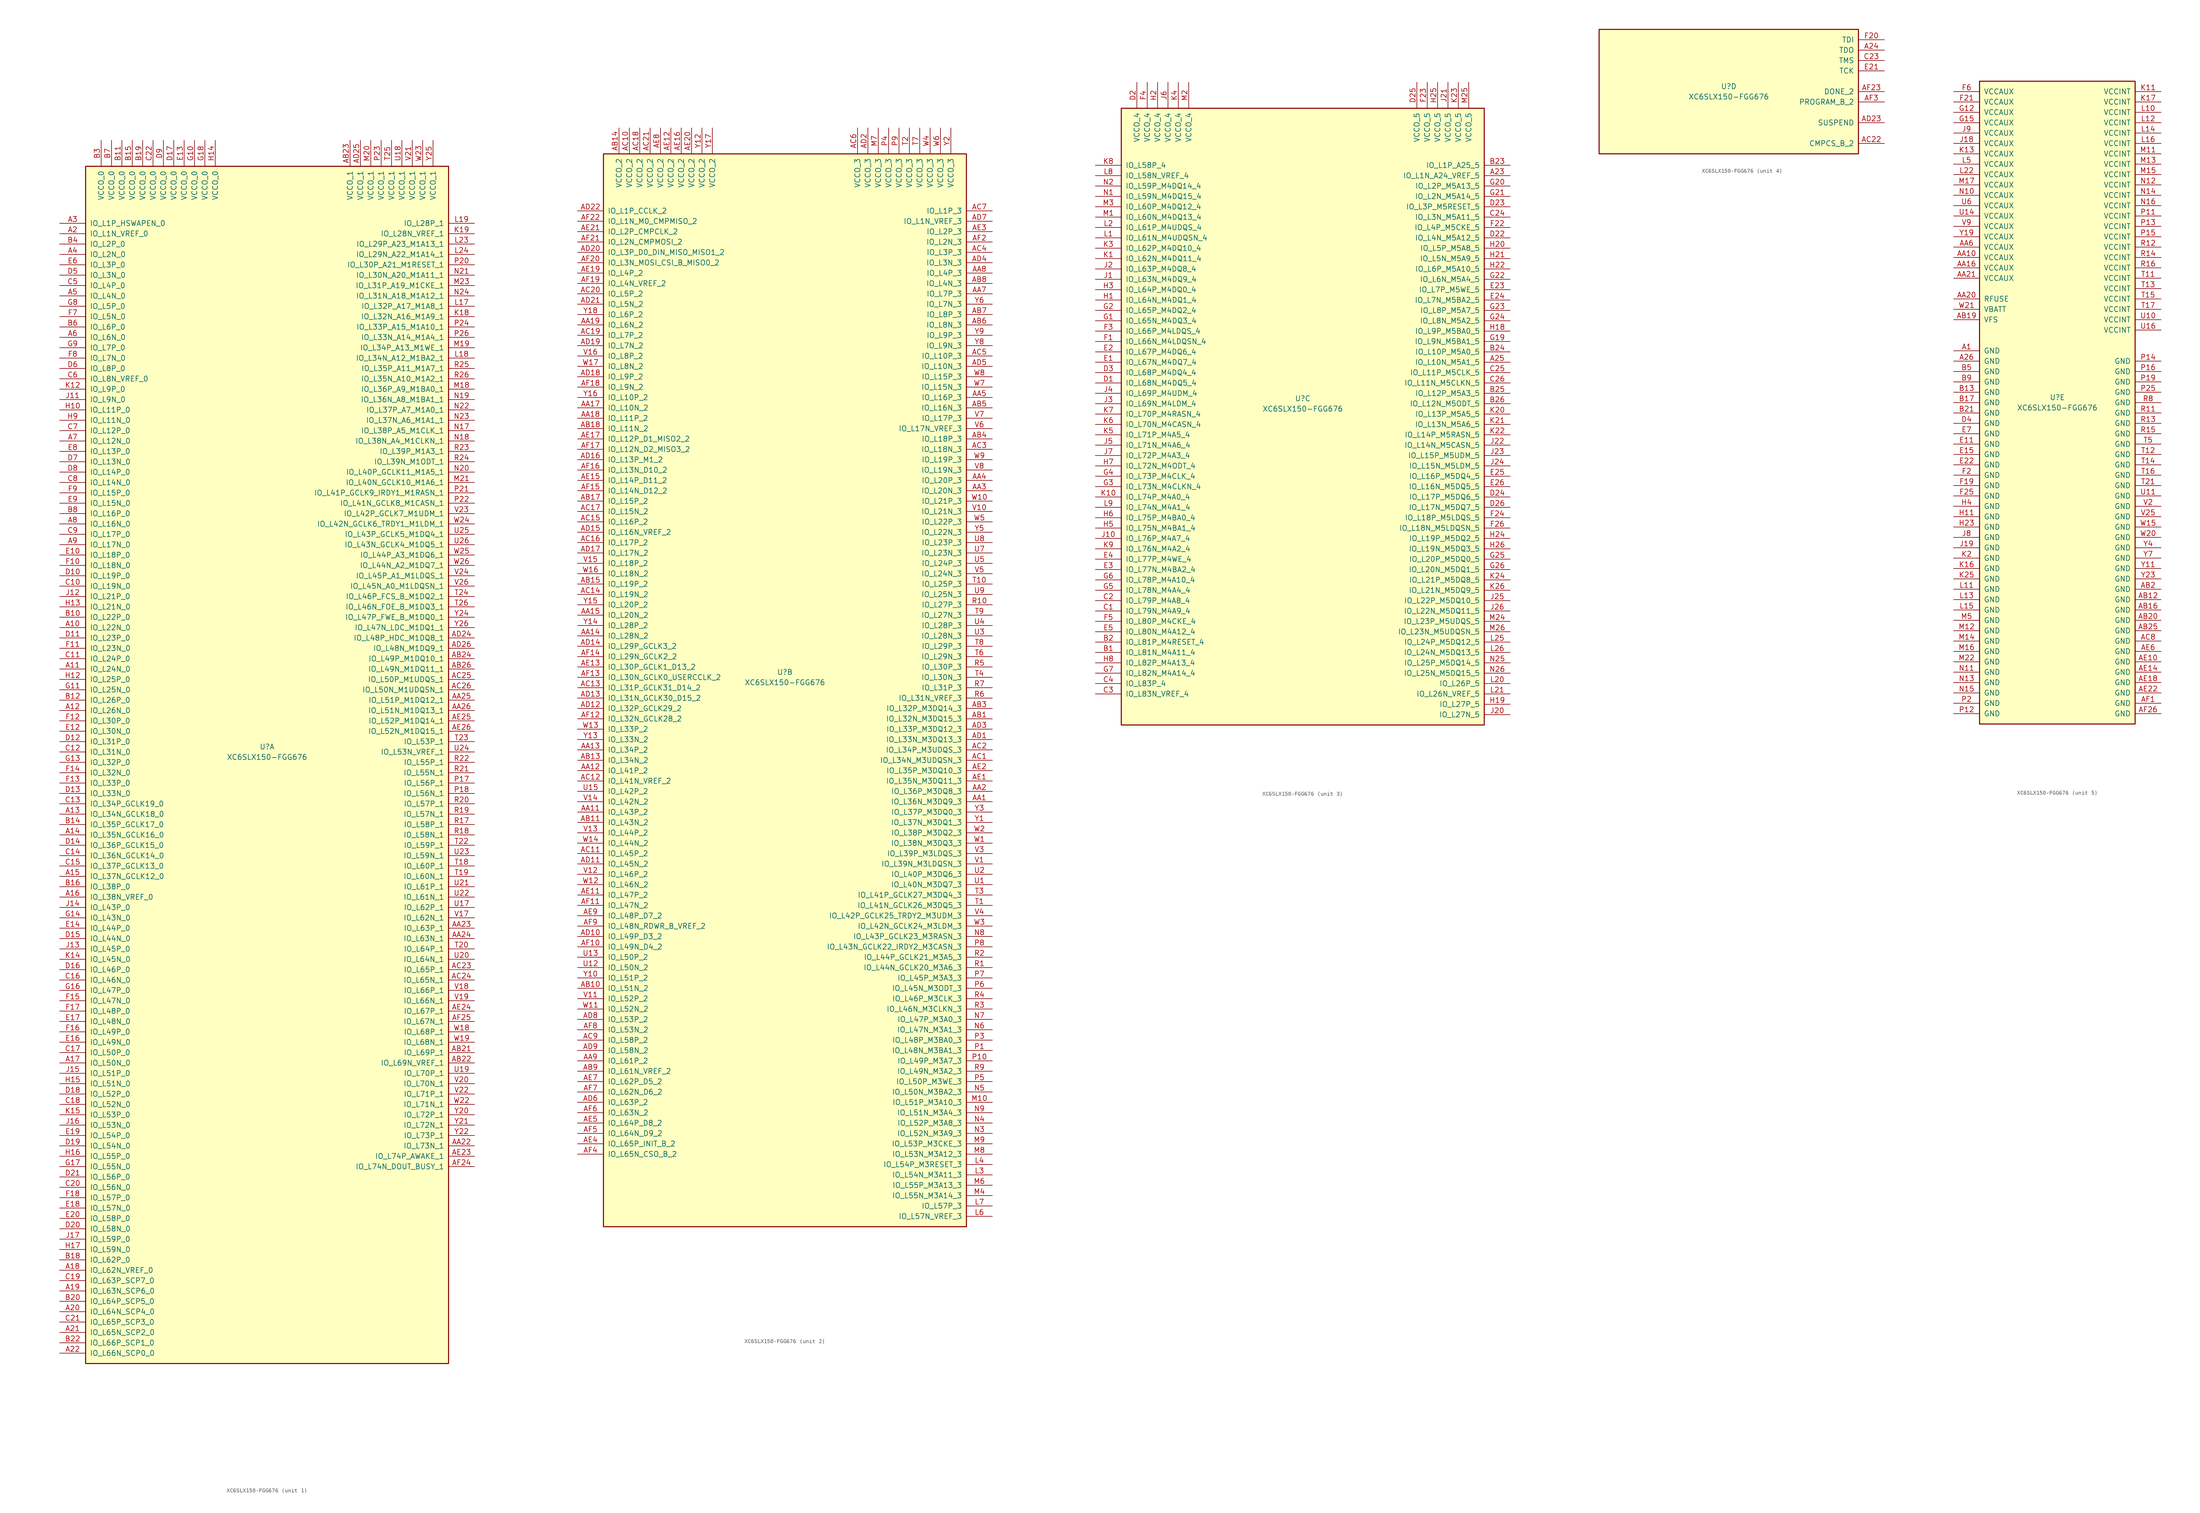
<source format=kicad_sym>
(kicad_symbol_lib
  (version 20201005)
  (generator kicad_symbol_editor)
  (symbol "FPGA_Xilinx_Spartan6:XC6SLX150-FGG676"
    (pin_names
      (offset 1.016))
    (property "Reference" "U"
      (at 0 1.27 0)
      (effects (font (size 1.27 1.27))))
    (property "Value" "XC6SLX150-FGG676"
      (at 0 -1.27 0)
      (effects (font (size 1.27 1.27))))
    (property "Datasheet" ""
      (at 0 0 0)
      (effects (font (size 1.27 1.27))))
    (property "ki_locked" ""
      (at 0 0 0)
      (effects (font (size 1.27 1.27))))
    (symbol "XC6SLX150-FGG676_1_1"
      (rectangle (start -44.45 143.51) (end 44.45 -149.86) (stroke (width 0.254)) (fill (type background)))
      (pin power_in line (at -40.64 149.86 270) (length 6.35) (name "VCCO_0" (effects (font (size 1.27 1.27)))) (number "B3" (effects (font (size 1.27 1.27)))))
      (pin power_in line (at -38.1 149.86 270) (length 6.35) (name "VCCO_0" (effects (font (size 1.27 1.27)))) (number "B7" (effects (font (size 1.27 1.27)))))
      (pin power_in line (at -35.56 149.86 270) (length 6.35) (name "VCCO_0" (effects (font (size 1.27 1.27)))) (number "B11" (effects (font (size 1.27 1.27)))))
      (pin power_in line (at -33.02 149.86 270) (length 6.35) (name "VCCO_0" (effects (font (size 1.27 1.27)))) (number "B15" (effects (font (size 1.27 1.27)))))
      (pin power_in line (at -30.48 149.86 270) (length 6.35) (name "VCCO_0" (effects (font (size 1.27 1.27)))) (number "B19" (effects (font (size 1.27 1.27)))))
      (pin power_in line (at -27.94 149.86 270) (length 6.35) (name "VCCO_0" (effects (font (size 1.27 1.27)))) (number "C22" (effects (font (size 1.27 1.27)))))
      (pin power_in line (at -25.4 149.86 270) (length 6.35) (name "VCCO_0" (effects (font (size 1.27 1.27)))) (number "D9" (effects (font (size 1.27 1.27)))))
      (pin power_in line (at -22.86 149.86 270) (length 6.35) (name "VCCO_0" (effects (font (size 1.27 1.27)))) (number "D17" (effects (font (size 1.27 1.27)))))
      (pin power_in line (at -20.32 149.86 270) (length 6.35) (name "VCCO_0" (effects (font (size 1.27 1.27)))) (number "E13" (effects (font (size 1.27 1.27)))))
      (pin power_in line (at -17.78 149.86 270) (length 6.35) (name "VCCO_0" (effects (font (size 1.27 1.27)))) (number "G10" (effects (font (size 1.27 1.27)))))
      (pin power_in line (at -15.24 149.86 270) (length 6.35) (name "VCCO_0" (effects (font (size 1.27 1.27)))) (number "G18" (effects (font (size 1.27 1.27)))))
      (pin power_in line (at -12.7 149.86 270) (length 6.35) (name "VCCO_0" (effects (font (size 1.27 1.27)))) (number "H14" (effects (font (size 1.27 1.27)))))
      (pin bidirectional line (at -50.8 129.54 0) (length 6.35) (name "IO_L1P_HSWAPEN_0" (effects (font (size 1.27 1.27)))) (number "A3" (effects (font (size 1.27 1.27)))))
      (pin bidirectional line (at -50.8 127 0) (length 6.35) (name "IO_L1N_VREF_0" (effects (font (size 1.27 1.27)))) (number "A2" (effects (font (size 1.27 1.27)))))
      (pin bidirectional line (at -50.8 124.46 0) (length 6.35) (name "IO_L2P_0" (effects (font (size 1.27 1.27)))) (number "B4" (effects (font (size 1.27 1.27)))))
      (pin bidirectional line (at -50.8 121.92 0) (length 6.35) (name "IO_L2N_0" (effects (font (size 1.27 1.27)))) (number "A4" (effects (font (size 1.27 1.27)))))
      (pin bidirectional line (at -50.8 119.38 0) (length 6.35) (name "IO_L3P_0" (effects (font (size 1.27 1.27)))) (number "E6" (effects (font (size 1.27 1.27)))))
      (pin bidirectional line (at -50.8 116.84 0) (length 6.35) (name "IO_L3N_0" (effects (font (size 1.27 1.27)))) (number "D5" (effects (font (size 1.27 1.27)))))
      (pin bidirectional line (at -50.8 114.3 0) (length 6.35) (name "IO_L4P_0" (effects (font (size 1.27 1.27)))) (number "C5" (effects (font (size 1.27 1.27)))))
      (pin bidirectional line (at -50.8 111.76 0) (length 6.35) (name "IO_L4N_0" (effects (font (size 1.27 1.27)))) (number "A5" (effects (font (size 1.27 1.27)))))
      (pin bidirectional line (at -50.8 109.22 0) (length 6.35) (name "IO_L5P_0" (effects (font (size 1.27 1.27)))) (number "G8" (effects (font (size 1.27 1.27)))))
      (pin bidirectional line (at -50.8 106.68 0) (length 6.35) (name "IO_L5N_0" (effects (font (size 1.27 1.27)))) (number "F7" (effects (font (size 1.27 1.27)))))
      (pin bidirectional line (at -50.8 104.14 0) (length 6.35) (name "IO_L6P_0" (effects (font (size 1.27 1.27)))) (number "B6" (effects (font (size 1.27 1.27)))))
      (pin bidirectional line (at -50.8 101.6 0) (length 6.35) (name "IO_L6N_0" (effects (font (size 1.27 1.27)))) (number "A6" (effects (font (size 1.27 1.27)))))
      (pin bidirectional line (at -50.8 99.06 0) (length 6.35) (name "IO_L7P_0" (effects (font (size 1.27 1.27)))) (number "G9" (effects (font (size 1.27 1.27)))))
      (pin bidirectional line (at -50.8 96.52 0) (length 6.35) (name "IO_L7N_0" (effects (font (size 1.27 1.27)))) (number "F8" (effects (font (size 1.27 1.27)))))
      (pin bidirectional line (at -50.8 93.98 0) (length 6.35) (name "IO_L8P_0" (effects (font (size 1.27 1.27)))) (number "D6" (effects (font (size 1.27 1.27)))))
      (pin bidirectional line (at -50.8 91.44 0) (length 6.35) (name "IO_L8N_VREF_0" (effects (font (size 1.27 1.27)))) (number "C6" (effects (font (size 1.27 1.27)))))
      (pin bidirectional line (at -50.8 88.9 0) (length 6.35) (name "IO_L9P_0" (effects (font (size 1.27 1.27)))) (number "K12" (effects (font (size 1.27 1.27)))))
      (pin bidirectional line (at -50.8 86.36 0) (length 6.35) (name "IO_L9N_0" (effects (font (size 1.27 1.27)))) (number "J11" (effects (font (size 1.27 1.27)))))
      (pin bidirectional line (at -50.8 83.82 0) (length 6.35) (name "IO_L11P_0" (effects (font (size 1.27 1.27)))) (number "H10" (effects (font (size 1.27 1.27)))))
      (pin bidirectional line (at -50.8 81.28 0) (length 6.35) (name "IO_L11N_0" (effects (font (size 1.27 1.27)))) (number "H9" (effects (font (size 1.27 1.27)))))
      (pin bidirectional line (at -50.8 78.74 0) (length 6.35) (name "IO_L12P_0" (effects (font (size 1.27 1.27)))) (number "C7" (effects (font (size 1.27 1.27)))))
      (pin bidirectional line (at -50.8 76.2 0) (length 6.35) (name "IO_L12N_0" (effects (font (size 1.27 1.27)))) (number "A7" (effects (font (size 1.27 1.27)))))
      (pin bidirectional line (at -50.8 73.66 0) (length 6.35) (name "IO_L13P_0" (effects (font (size 1.27 1.27)))) (number "E8" (effects (font (size 1.27 1.27)))))
      (pin bidirectional line (at -50.8 71.12 0) (length 6.35) (name "IO_L13N_0" (effects (font (size 1.27 1.27)))) (number "D7" (effects (font (size 1.27 1.27)))))
      (pin bidirectional line (at -50.8 68.58 0) (length 6.35) (name "IO_L14P_0" (effects (font (size 1.27 1.27)))) (number "D8" (effects (font (size 1.27 1.27)))))
      (pin bidirectional line (at -50.8 66.04 0) (length 6.35) (name "IO_L14N_0" (effects (font (size 1.27 1.27)))) (number "C8" (effects (font (size 1.27 1.27)))))
      (pin bidirectional line (at -50.8 63.5 0) (length 6.35) (name "IO_L15P_0" (effects (font (size 1.27 1.27)))) (number "F9" (effects (font (size 1.27 1.27)))))
      (pin bidirectional line (at -50.8 60.96 0) (length 6.35) (name "IO_L15N_0" (effects (font (size 1.27 1.27)))) (number "E9" (effects (font (size 1.27 1.27)))))
      (pin bidirectional line (at -50.8 58.42 0) (length 6.35) (name "IO_L16P_0" (effects (font (size 1.27 1.27)))) (number "B8" (effects (font (size 1.27 1.27)))))
      (pin bidirectional line (at -50.8 55.88 0) (length 6.35) (name "IO_L16N_0" (effects (font (size 1.27 1.27)))) (number "A8" (effects (font (size 1.27 1.27)))))
      (pin bidirectional line (at -50.8 53.34 0) (length 6.35) (name "IO_L17P_0" (effects (font (size 1.27 1.27)))) (number "C9" (effects (font (size 1.27 1.27)))))
      (pin bidirectional line (at -50.8 50.8 0) (length 6.35) (name "IO_L17N_0" (effects (font (size 1.27 1.27)))) (number "A9" (effects (font (size 1.27 1.27)))))
      (pin bidirectional line (at -50.8 48.26 0) (length 6.35) (name "IO_L18P_0" (effects (font (size 1.27 1.27)))) (number "E10" (effects (font (size 1.27 1.27)))))
      (pin bidirectional line (at -50.8 45.72 0) (length 6.35) (name "IO_L18N_0" (effects (font (size 1.27 1.27)))) (number "F10" (effects (font (size 1.27 1.27)))))
      (pin bidirectional line (at -50.8 43.18 0) (length 6.35) (name "IO_L19P_0" (effects (font (size 1.27 1.27)))) (number "D10" (effects (font (size 1.27 1.27)))))
      (pin bidirectional line (at -50.8 40.64 0) (length 6.35) (name "IO_L19N_0" (effects (font (size 1.27 1.27)))) (number "C10" (effects (font (size 1.27 1.27)))))
      (pin bidirectional line (at -50.8 38.1 0) (length 6.35) (name "IO_L21P_0" (effects (font (size 1.27 1.27)))) (number "J12" (effects (font (size 1.27 1.27)))))
      (pin bidirectional line (at -50.8 35.56 0) (length 6.35) (name "IO_L21N_0" (effects (font (size 1.27 1.27)))) (number "H13" (effects (font (size 1.27 1.27)))))
      (pin bidirectional line (at -50.8 33.02 0) (length 6.35) (name "IO_L22P_0" (effects (font (size 1.27 1.27)))) (number "B10" (effects (font (size 1.27 1.27)))))
      (pin bidirectional line (at -50.8 30.48 0) (length 6.35) (name "IO_L22N_0" (effects (font (size 1.27 1.27)))) (number "A10" (effects (font (size 1.27 1.27)))))
      (pin bidirectional line (at -50.8 27.94 0) (length 6.35) (name "IO_L23P_0" (effects (font (size 1.27 1.27)))) (number "D11" (effects (font (size 1.27 1.27)))))
      (pin bidirectional line (at -50.8 25.4 0) (length 6.35) (name "IO_L23N_0" (effects (font (size 1.27 1.27)))) (number "F11" (effects (font (size 1.27 1.27)))))
      (pin bidirectional line (at -50.8 22.86 0) (length 6.35) (name "IO_L24P_0" (effects (font (size 1.27 1.27)))) (number "C11" (effects (font (size 1.27 1.27)))))
      (pin bidirectional line (at -50.8 20.32 0) (length 6.35) (name "IO_L24N_0" (effects (font (size 1.27 1.27)))) (number "A11" (effects (font (size 1.27 1.27)))))
      (pin bidirectional line (at -50.8 17.78 0) (length 6.35) (name "IO_L25P_0" (effects (font (size 1.27 1.27)))) (number "H12" (effects (font (size 1.27 1.27)))))
      (pin bidirectional line (at -50.8 15.24 0) (length 6.35) (name "IO_L25N_0" (effects (font (size 1.27 1.27)))) (number "G11" (effects (font (size 1.27 1.27)))))
      (pin bidirectional line (at -50.8 12.7 0) (length 6.35) (name "IO_L26P_0" (effects (font (size 1.27 1.27)))) (number "B12" (effects (font (size 1.27 1.27)))))
      (pin bidirectional line (at -50.8 10.16 0) (length 6.35) (name "IO_L26N_0" (effects (font (size 1.27 1.27)))) (number "A12" (effects (font (size 1.27 1.27)))))
      (pin bidirectional line (at -50.8 7.62 0) (length 6.35) (name "IO_L30P_0" (effects (font (size 1.27 1.27)))) (number "F12" (effects (font (size 1.27 1.27)))))
      (pin bidirectional line (at -50.8 5.08 0) (length 6.35) (name "IO_L30N_0" (effects (font (size 1.27 1.27)))) (number "E12" (effects (font (size 1.27 1.27)))))
      (pin bidirectional line (at -50.8 2.54 0) (length 6.35) (name "IO_L31P_0" (effects (font (size 1.27 1.27)))) (number "D12" (effects (font (size 1.27 1.27)))))
      (pin bidirectional line (at -50.8 0 0) (length 6.35) (name "IO_L31N_0" (effects (font (size 1.27 1.27)))) (number "C12" (effects (font (size 1.27 1.27)))))
      (pin bidirectional line (at -50.8 -2.54 0) (length 6.35) (name "IO_L32P_0" (effects (font (size 1.27 1.27)))) (number "G13" (effects (font (size 1.27 1.27)))))
      (pin bidirectional line (at -50.8 -5.08 0) (length 6.35) (name "IO_L32N_0" (effects (font (size 1.27 1.27)))) (number "F14" (effects (font (size 1.27 1.27)))))
      (pin bidirectional line (at -50.8 -7.62 0) (length 6.35) (name "IO_L33P_0" (effects (font (size 1.27 1.27)))) (number "F13" (effects (font (size 1.27 1.27)))))
      (pin bidirectional line (at -50.8 -10.16 0) (length 6.35) (name "IO_L33N_0" (effects (font (size 1.27 1.27)))) (number "D13" (effects (font (size 1.27 1.27)))))
      (pin bidirectional line (at -50.8 -12.7 0) (length 6.35) (name "IO_L34P_GCLK19_0" (effects (font (size 1.27 1.27)))) (number "C13" (effects (font (size 1.27 1.27)))))
      (pin bidirectional line (at -50.8 -15.24 0) (length 6.35) (name "IO_L34N_GCLK18_0" (effects (font (size 1.27 1.27)))) (number "A13" (effects (font (size 1.27 1.27)))))
      (pin bidirectional line (at -50.8 -17.78 0) (length 6.35) (name "IO_L35P_GCLK17_0" (effects (font (size 1.27 1.27)))) (number "B14" (effects (font (size 1.27 1.27)))))
      (pin bidirectional line (at -50.8 -20.32 0) (length 6.35) (name "IO_L35N_GCLK16_0" (effects (font (size 1.27 1.27)))) (number "A14" (effects (font (size 1.27 1.27)))))
      (pin bidirectional line (at -50.8 -22.86 0) (length 6.35) (name "IO_L36P_GCLK15_0" (effects (font (size 1.27 1.27)))) (number "D14" (effects (font (size 1.27 1.27)))))
      (pin bidirectional line (at -50.8 -25.4 0) (length 6.35) (name "IO_L36N_GCLK14_0" (effects (font (size 1.27 1.27)))) (number "C14" (effects (font (size 1.27 1.27)))))
      (pin bidirectional line (at -50.8 -27.94 0) (length 6.35) (name "IO_L37P_GCLK13_0" (effects (font (size 1.27 1.27)))) (number "C15" (effects (font (size 1.27 1.27)))))
      (pin bidirectional line (at -50.8 -30.48 0) (length 6.35) (name "IO_L37N_GCLK12_0" (effects (font (size 1.27 1.27)))) (number "A15" (effects (font (size 1.27 1.27)))))
      (pin bidirectional line (at -50.8 -33.02 0) (length 6.35) (name "IO_L38P_0" (effects (font (size 1.27 1.27)))) (number "B16" (effects (font (size 1.27 1.27)))))
      (pin bidirectional line (at -50.8 -35.56 0) (length 6.35) (name "IO_L38N_VREF_0" (effects (font (size 1.27 1.27)))) (number "A16" (effects (font (size 1.27 1.27)))))
      (pin bidirectional line (at -50.8 -38.1 0) (length 6.35) (name "IO_L43P_0" (effects (font (size 1.27 1.27)))) (number "J14" (effects (font (size 1.27 1.27)))))
      (pin bidirectional line (at -50.8 -40.64 0) (length 6.35) (name "IO_L43N_0" (effects (font (size 1.27 1.27)))) (number "G14" (effects (font (size 1.27 1.27)))))
      (pin bidirectional line (at -50.8 -43.18 0) (length 6.35) (name "IO_L44P_0" (effects (font (size 1.27 1.27)))) (number "E14" (effects (font (size 1.27 1.27)))))
      (pin bidirectional line (at -50.8 -45.72 0) (length 6.35) (name "IO_L44N_0" (effects (font (size 1.27 1.27)))) (number "D15" (effects (font (size 1.27 1.27)))))
      (pin bidirectional line (at -50.8 -48.26 0) (length 6.35) (name "IO_L45P_0" (effects (font (size 1.27 1.27)))) (number "J13" (effects (font (size 1.27 1.27)))))
      (pin bidirectional line (at -50.8 -50.8 0) (length 6.35) (name "IO_L45N_0" (effects (font (size 1.27 1.27)))) (number "K14" (effects (font (size 1.27 1.27)))))
      (pin bidirectional line (at -50.8 -53.34 0) (length 6.35) (name "IO_L46P_0" (effects (font (size 1.27 1.27)))) (number "D16" (effects (font (size 1.27 1.27)))))
      (pin bidirectional line (at -50.8 -55.88 0) (length 6.35) (name "IO_L46N_0" (effects (font (size 1.27 1.27)))) (number "C16" (effects (font (size 1.27 1.27)))))
      (pin bidirectional line (at -50.8 -58.42 0) (length 6.35) (name "IO_L47P_0" (effects (font (size 1.27 1.27)))) (number "G16" (effects (font (size 1.27 1.27)))))
      (pin bidirectional line (at -50.8 -60.96 0) (length 6.35) (name "IO_L47N_0" (effects (font (size 1.27 1.27)))) (number "F15" (effects (font (size 1.27 1.27)))))
      (pin bidirectional line (at -50.8 -63.5 0) (length 6.35) (name "IO_L48P_0" (effects (font (size 1.27 1.27)))) (number "F17" (effects (font (size 1.27 1.27)))))
      (pin bidirectional line (at -50.8 -66.04 0) (length 6.35) (name "IO_L48N_0" (effects (font (size 1.27 1.27)))) (number "E17" (effects (font (size 1.27 1.27)))))
      (pin bidirectional line (at -50.8 -68.58 0) (length 6.35) (name "IO_L49P_0" (effects (font (size 1.27 1.27)))) (number "F16" (effects (font (size 1.27 1.27)))))
      (pin bidirectional line (at -50.8 -71.12 0) (length 6.35) (name "IO_L49N_0" (effects (font (size 1.27 1.27)))) (number "E16" (effects (font (size 1.27 1.27)))))
      (pin bidirectional line (at -50.8 -73.66 0) (length 6.35) (name "IO_L50P_0" (effects (font (size 1.27 1.27)))) (number "C17" (effects (font (size 1.27 1.27)))))
      (pin bidirectional line (at -50.8 -76.2 0) (length 6.35) (name "IO_L50N_0" (effects (font (size 1.27 1.27)))) (number "A17" (effects (font (size 1.27 1.27)))))
      (pin bidirectional line (at -50.8 -78.74 0) (length 6.35) (name "IO_L51P_0" (effects (font (size 1.27 1.27)))) (number "J15" (effects (font (size 1.27 1.27)))))
      (pin bidirectional line (at -50.8 -81.28 0) (length 6.35) (name "IO_L51N_0" (effects (font (size 1.27 1.27)))) (number "H15" (effects (font (size 1.27 1.27)))))
      (pin bidirectional line (at -50.8 -83.82 0) (length 6.35) (name "IO_L52P_0" (effects (font (size 1.27 1.27)))) (number "D18" (effects (font (size 1.27 1.27)))))
      (pin bidirectional line (at -50.8 -86.36 0) (length 6.35) (name "IO_L52N_0" (effects (font (size 1.27 1.27)))) (number "C18" (effects (font (size 1.27 1.27)))))
      (pin bidirectional line (at -50.8 -88.9 0) (length 6.35) (name "IO_L53P_0" (effects (font (size 1.27 1.27)))) (number "K15" (effects (font (size 1.27 1.27)))))
      (pin bidirectional line (at -50.8 -91.44 0) (length 6.35) (name "IO_L53N_0" (effects (font (size 1.27 1.27)))) (number "J16" (effects (font (size 1.27 1.27)))))
      (pin bidirectional line (at -50.8 -93.98 0) (length 6.35) (name "IO_L54P_0" (effects (font (size 1.27 1.27)))) (number "E19" (effects (font (size 1.27 1.27)))))
      (pin bidirectional line (at -50.8 -96.52 0) (length 6.35) (name "IO_L54N_0" (effects (font (size 1.27 1.27)))) (number "D19" (effects (font (size 1.27 1.27)))))
      (pin bidirectional line (at -50.8 -99.06 0) (length 6.35) (name "IO_L55P_0" (effects (font (size 1.27 1.27)))) (number "H16" (effects (font (size 1.27 1.27)))))
      (pin bidirectional line (at -50.8 -101.6 0) (length 6.35) (name "IO_L55N_0" (effects (font (size 1.27 1.27)))) (number "G17" (effects (font (size 1.27 1.27)))))
      (pin bidirectional line (at -50.8 -104.14 0) (length 6.35) (name "IO_L56P_0" (effects (font (size 1.27 1.27)))) (number "D21" (effects (font (size 1.27 1.27)))))
      (pin bidirectional line (at -50.8 -106.68 0) (length 6.35) (name "IO_L56N_0" (effects (font (size 1.27 1.27)))) (number "C20" (effects (font (size 1.27 1.27)))))
      (pin bidirectional line (at -50.8 -109.22 0) (length 6.35) (name "IO_L57P_0" (effects (font (size 1.27 1.27)))) (number "F18" (effects (font (size 1.27 1.27)))))
      (pin bidirectional line (at -50.8 -111.76 0) (length 6.35) (name "IO_L57N_0" (effects (font (size 1.27 1.27)))) (number "E18" (effects (font (size 1.27 1.27)))))
      (pin bidirectional line (at -50.8 -114.3 0) (length 6.35) (name "IO_L58P_0" (effects (font (size 1.27 1.27)))) (number "E20" (effects (font (size 1.27 1.27)))))
      (pin bidirectional line (at -50.8 -116.84 0) (length 6.35) (name "IO_L58N_0" (effects (font (size 1.27 1.27)))) (number "D20" (effects (font (size 1.27 1.27)))))
      (pin bidirectional line (at -50.8 -119.38 0) (length 6.35) (name "IO_L59P_0" (effects (font (size 1.27 1.27)))) (number "J17" (effects (font (size 1.27 1.27)))))
      (pin bidirectional line (at -50.8 -121.92 0) (length 6.35) (name "IO_L59N_0" (effects (font (size 1.27 1.27)))) (number "H17" (effects (font (size 1.27 1.27)))))
      (pin bidirectional line (at -50.8 -124.46 0) (length 6.35) (name "IO_L62P_0" (effects (font (size 1.27 1.27)))) (number "B18" (effects (font (size 1.27 1.27)))))
      (pin bidirectional line (at -50.8 -127 0) (length 6.35) (name "IO_L62N_VREF_0" (effects (font (size 1.27 1.27)))) (number "A18" (effects (font (size 1.27 1.27)))))
      (pin bidirectional line (at -50.8 -129.54 0) (length 6.35) (name "IO_L63P_SCP7_0" (effects (font (size 1.27 1.27)))) (number "C19" (effects (font (size 1.27 1.27)))))
      (pin bidirectional line (at -50.8 -132.08 0) (length 6.35) (name "IO_L63N_SCP6_0" (effects (font (size 1.27 1.27)))) (number "A19" (effects (font (size 1.27 1.27)))))
      (pin bidirectional line (at -50.8 -134.62 0) (length 6.35) (name "IO_L64P_SCP5_0" (effects (font (size 1.27 1.27)))) (number "B20" (effects (font (size 1.27 1.27)))))
      (pin bidirectional line (at -50.8 -137.16 0) (length 6.35) (name "IO_L64N_SCP4_0" (effects (font (size 1.27 1.27)))) (number "A20" (effects (font (size 1.27 1.27)))))
      (pin bidirectional line (at -50.8 -139.7 0) (length 6.35) (name "IO_L65P_SCP3_0" (effects (font (size 1.27 1.27)))) (number "C21" (effects (font (size 1.27 1.27)))))
      (pin bidirectional line (at -50.8 -142.24 0) (length 6.35) (name "IO_L65N_SCP2_0" (effects (font (size 1.27 1.27)))) (number "A21" (effects (font (size 1.27 1.27)))))
      (pin bidirectional line (at -50.8 -144.78 0) (length 6.35) (name "IO_L66P_SCP1_0" (effects (font (size 1.27 1.27)))) (number "B22" (effects (font (size 1.27 1.27)))))
      (pin bidirectional line (at -50.8 -147.32 0) (length 6.35) (name "IO_L66N_SCP0_0" (effects (font (size 1.27 1.27)))) (number "A22" (effects (font (size 1.27 1.27)))))
      (pin power_in line (at 20.32 149.86 270) (length 6.35) (name "VCCO_1" (effects (font (size 1.27 1.27)))) (number "AB23" (effects (font (size 1.27 1.27)))))
      (pin power_in line (at 22.86 149.86 270) (length 6.35) (name "VCCO_1" (effects (font (size 1.27 1.27)))) (number "AD25" (effects (font (size 1.27 1.27)))))
      (pin power_in line (at 25.4 149.86 270) (length 6.35) (name "VCCO_1" (effects (font (size 1.27 1.27)))) (number "M20" (effects (font (size 1.27 1.27)))))
      (pin power_in line (at 27.94 149.86 270) (length 6.35) (name "VCCO_1" (effects (font (size 1.27 1.27)))) (number "P23" (effects (font (size 1.27 1.27)))))
      (pin power_in line (at 30.48 149.86 270) (length 6.35) (name "VCCO_1" (effects (font (size 1.27 1.27)))) (number "T25" (effects (font (size 1.27 1.27)))))
      (pin power_in line (at 33.02 149.86 270) (length 6.35) (name "VCCO_1" (effects (font (size 1.27 1.27)))) (number "U18" (effects (font (size 1.27 1.27)))))
      (pin power_in line (at 35.56 149.86 270) (length 6.35) (name "VCCO_1" (effects (font (size 1.27 1.27)))) (number "V21" (effects (font (size 1.27 1.27)))))
      (pin power_in line (at 38.1 149.86 270) (length 6.35) (name "VCCO_1" (effects (font (size 1.27 1.27)))) (number "W23" (effects (font (size 1.27 1.27)))))
      (pin power_in line (at 40.64 149.86 270) (length 6.35) (name "VCCO_1" (effects (font (size 1.27 1.27)))) (number "Y25" (effects (font (size 1.27 1.27)))))
      (pin bidirectional line (at 50.8 129.54 180) (length 6.35) (name "IO_L28P_1" (effects (font (size 1.27 1.27)))) (number "L19" (effects (font (size 1.27 1.27)))))
      (pin bidirectional line (at 50.8 127 180) (length 6.35) (name "IO_L28N_VREF_1" (effects (font (size 1.27 1.27)))) (number "K19" (effects (font (size 1.27 1.27)))))
      (pin bidirectional line (at 50.8 124.46 180) (length 6.35) (name "IO_L29P_A23_M1A13_1" (effects (font (size 1.27 1.27)))) (number "L23" (effects (font (size 1.27 1.27)))))
      (pin bidirectional line (at 50.8 121.92 180) (length 6.35) (name "IO_L29N_A22_M1A14_1" (effects (font (size 1.27 1.27)))) (number "L24" (effects (font (size 1.27 1.27)))))
      (pin bidirectional line (at 50.8 119.38 180) (length 6.35) (name "IO_L30P_A21_M1RESET_1" (effects (font (size 1.27 1.27)))) (number "P20" (effects (font (size 1.27 1.27)))))
      (pin bidirectional line (at 50.8 116.84 180) (length 6.35) (name "IO_L30N_A20_M1A11_1" (effects (font (size 1.27 1.27)))) (number "N21" (effects (font (size 1.27 1.27)))))
      (pin bidirectional line (at 50.8 114.3 180) (length 6.35) (name "IO_L31P_A19_M1CKE_1" (effects (font (size 1.27 1.27)))) (number "M23" (effects (font (size 1.27 1.27)))))
      (pin bidirectional line (at 50.8 111.76 180) (length 6.35) (name "IO_L31N_A18_M1A12_1" (effects (font (size 1.27 1.27)))) (number "N24" (effects (font (size 1.27 1.27)))))
      (pin bidirectional line (at 50.8 109.22 180) (length 6.35) (name "IO_L32P_A17_M1A8_1" (effects (font (size 1.27 1.27)))) (number "L17" (effects (font (size 1.27 1.27)))))
      (pin bidirectional line (at 50.8 106.68 180) (length 6.35) (name "IO_L32N_A16_M1A9_1" (effects (font (size 1.27 1.27)))) (number "K18" (effects (font (size 1.27 1.27)))))
      (pin bidirectional line (at 50.8 104.14 180) (length 6.35) (name "IO_L33P_A15_M1A10_1" (effects (font (size 1.27 1.27)))) (number "P24" (effects (font (size 1.27 1.27)))))
      (pin bidirectional line (at 50.8 101.6 180) (length 6.35) (name "IO_L33N_A14_M1A4_1" (effects (font (size 1.27 1.27)))) (number "P26" (effects (font (size 1.27 1.27)))))
      (pin bidirectional line (at 50.8 99.06 180) (length 6.35) (name "IO_L34P_A13_M1WE_1" (effects (font (size 1.27 1.27)))) (number "M19" (effects (font (size 1.27 1.27)))))
      (pin bidirectional line (at 50.8 96.52 180) (length 6.35) (name "IO_L34N_A12_M1BA2_1" (effects (font (size 1.27 1.27)))) (number "L18" (effects (font (size 1.27 1.27)))))
      (pin bidirectional line (at 50.8 93.98 180) (length 6.35) (name "IO_L35P_A11_M1A7_1" (effects (font (size 1.27 1.27)))) (number "R25" (effects (font (size 1.27 1.27)))))
      (pin bidirectional line (at 50.8 91.44 180) (length 6.35) (name "IO_L35N_A10_M1A2_1" (effects (font (size 1.27 1.27)))) (number "R26" (effects (font (size 1.27 1.27)))))
      (pin bidirectional line (at 50.8 88.9 180) (length 6.35) (name "IO_L36P_A9_M1BA0_1" (effects (font (size 1.27 1.27)))) (number "M18" (effects (font (size 1.27 1.27)))))
      (pin bidirectional line (at 50.8 86.36 180) (length 6.35) (name "IO_L36N_A8_M1BA1_1" (effects (font (size 1.27 1.27)))) (number "N19" (effects (font (size 1.27 1.27)))))
      (pin bidirectional line (at 50.8 83.82 180) (length 6.35) (name "IO_L37P_A7_M1A0_1" (effects (font (size 1.27 1.27)))) (number "N22" (effects (font (size 1.27 1.27)))))
      (pin bidirectional line (at 50.8 81.28 180) (length 6.35) (name "IO_L37N_A6_M1A1_1" (effects (font (size 1.27 1.27)))) (number "N23" (effects (font (size 1.27 1.27)))))
      (pin bidirectional line (at 50.8 78.74 180) (length 6.35) (name "IO_L38P_A5_M1CLK_1" (effects (font (size 1.27 1.27)))) (number "N17" (effects (font (size 1.27 1.27)))))
      (pin bidirectional line (at 50.8 76.2 180) (length 6.35) (name "IO_L38N_A4_M1CLKN_1" (effects (font (size 1.27 1.27)))) (number "N18" (effects (font (size 1.27 1.27)))))
      (pin bidirectional line (at 50.8 73.66 180) (length 6.35) (name "IO_L39P_M1A3_1" (effects (font (size 1.27 1.27)))) (number "R23" (effects (font (size 1.27 1.27)))))
      (pin bidirectional line (at 50.8 71.12 180) (length 6.35) (name "IO_L39N_M1ODT_1" (effects (font (size 1.27 1.27)))) (number "R24" (effects (font (size 1.27 1.27)))))
      (pin bidirectional line (at 50.8 68.58 180) (length 6.35) (name "IO_L40P_GCLK11_M1A5_1" (effects (font (size 1.27 1.27)))) (number "N20" (effects (font (size 1.27 1.27)))))
      (pin bidirectional line (at 50.8 66.04 180) (length 6.35) (name "IO_L40N_GCLK10_M1A6_1" (effects (font (size 1.27 1.27)))) (number "M21" (effects (font (size 1.27 1.27)))))
      (pin bidirectional line (at 50.8 63.5 180) (length 6.35) (name "IO_L41P_GCLK9_IRDY1_M1RASN_1" (effects (font (size 1.27 1.27)))) (number "P21" (effects (font (size 1.27 1.27)))))
      (pin bidirectional line (at 50.8 60.96 180) (length 6.35) (name "IO_L41N_GCLK8_M1CASN_1" (effects (font (size 1.27 1.27)))) (number "P22" (effects (font (size 1.27 1.27)))))
      (pin bidirectional line (at 50.8 58.42 180) (length 6.35) (name "IO_L42P_GCLK7_M1UDM_1" (effects (font (size 1.27 1.27)))) (number "V23" (effects (font (size 1.27 1.27)))))
      (pin bidirectional line (at 50.8 55.88 180) (length 6.35) (name "IO_L42N_GCLK6_TRDY1_M1LDM_1" (effects (font (size 1.27 1.27)))) (number "W24" (effects (font (size 1.27 1.27)))))
      (pin bidirectional line (at 50.8 53.34 180) (length 6.35) (name "IO_L43P_GCLK5_M1DQ4_1" (effects (font (size 1.27 1.27)))) (number "U25" (effects (font (size 1.27 1.27)))))
      (pin bidirectional line (at 50.8 50.8 180) (length 6.35) (name "IO_L43N_GCLK4_M1DQ5_1" (effects (font (size 1.27 1.27)))) (number "U26" (effects (font (size 1.27 1.27)))))
      (pin bidirectional line (at 50.8 48.26 180) (length 6.35) (name "IO_L44P_A3_M1DQ6_1" (effects (font (size 1.27 1.27)))) (number "W25" (effects (font (size 1.27 1.27)))))
      (pin bidirectional line (at 50.8 45.72 180) (length 6.35) (name "IO_L44N_A2_M1DQ7_1" (effects (font (size 1.27 1.27)))) (number "W26" (effects (font (size 1.27 1.27)))))
      (pin bidirectional line (at 50.8 43.18 180) (length 6.35) (name "IO_L45P_A1_M1LDQS_1" (effects (font (size 1.27 1.27)))) (number "V24" (effects (font (size 1.27 1.27)))))
      (pin bidirectional line (at 50.8 40.64 180) (length 6.35) (name "IO_L45N_A0_M1LDQSN_1" (effects (font (size 1.27 1.27)))) (number "V26" (effects (font (size 1.27 1.27)))))
      (pin bidirectional line (at 50.8 38.1 180) (length 6.35) (name "IO_L46P_FCS_B_M1DQ2_1" (effects (font (size 1.27 1.27)))) (number "T24" (effects (font (size 1.27 1.27)))))
      (pin bidirectional line (at 50.8 35.56 180) (length 6.35) (name "IO_L46N_FOE_B_M1DQ3_1" (effects (font (size 1.27 1.27)))) (number "T26" (effects (font (size 1.27 1.27)))))
      (pin bidirectional line (at 50.8 33.02 180) (length 6.35) (name "IO_L47P_FWE_B_M1DQ0_1" (effects (font (size 1.27 1.27)))) (number "Y24" (effects (font (size 1.27 1.27)))))
      (pin bidirectional line (at 50.8 30.48 180) (length 6.35) (name "IO_L47N_LDC_M1DQ1_1" (effects (font (size 1.27 1.27)))) (number "Y26" (effects (font (size 1.27 1.27)))))
      (pin bidirectional line (at 50.8 27.94 180) (length 6.35) (name "IO_L48P_HDC_M1DQ8_1" (effects (font (size 1.27 1.27)))) (number "AD24" (effects (font (size 1.27 1.27)))))
      (pin bidirectional line (at 50.8 25.4 180) (length 6.35) (name "IO_L48N_M1DQ9_1" (effects (font (size 1.27 1.27)))) (number "AD26" (effects (font (size 1.27 1.27)))))
      (pin bidirectional line (at 50.8 22.86 180) (length 6.35) (name "IO_L49P_M1DQ10_1" (effects (font (size 1.27 1.27)))) (number "AB24" (effects (font (size 1.27 1.27)))))
      (pin bidirectional line (at 50.8 20.32 180) (length 6.35) (name "IO_L49N_M1DQ11_1" (effects (font (size 1.27 1.27)))) (number "AB26" (effects (font (size 1.27 1.27)))))
      (pin bidirectional line (at 50.8 17.78 180) (length 6.35) (name "IO_L50P_M1UDQS_1" (effects (font (size 1.27 1.27)))) (number "AC25" (effects (font (size 1.27 1.27)))))
      (pin bidirectional line (at 50.8 15.24 180) (length 6.35) (name "IO_L50N_M1UDQSN_1" (effects (font (size 1.27 1.27)))) (number "AC26" (effects (font (size 1.27 1.27)))))
      (pin bidirectional line (at 50.8 12.7 180) (length 6.35) (name "IO_L51P_M1DQ12_1" (effects (font (size 1.27 1.27)))) (number "AA25" (effects (font (size 1.27 1.27)))))
      (pin bidirectional line (at 50.8 10.16 180) (length 6.35) (name "IO_L51N_M1DQ13_1" (effects (font (size 1.27 1.27)))) (number "AA26" (effects (font (size 1.27 1.27)))))
      (pin bidirectional line (at 50.8 7.62 180) (length 6.35) (name "IO_L52P_M1DQ14_1" (effects (font (size 1.27 1.27)))) (number "AE25" (effects (font (size 1.27 1.27)))))
      (pin bidirectional line (at 50.8 5.08 180) (length 6.35) (name "IO_L52N_M1DQ15_1" (effects (font (size 1.27 1.27)))) (number "AE26" (effects (font (size 1.27 1.27)))))
      (pin bidirectional line (at 50.8 2.54 180) (length 6.35) (name "IO_L53P_1" (effects (font (size 1.27 1.27)))) (number "T23" (effects (font (size 1.27 1.27)))))
      (pin bidirectional line (at 50.8 0 180) (length 6.35) (name "IO_L53N_VREF_1" (effects (font (size 1.27 1.27)))) (number "U24" (effects (font (size 1.27 1.27)))))
      (pin bidirectional line (at 50.8 -2.54 180) (length 6.35) (name "IO_L55P_1" (effects (font (size 1.27 1.27)))) (number "R22" (effects (font (size 1.27 1.27)))))
      (pin bidirectional line (at 50.8 -5.08 180) (length 6.35) (name "IO_L55N_1" (effects (font (size 1.27 1.27)))) (number "R21" (effects (font (size 1.27 1.27)))))
      (pin bidirectional line (at 50.8 -7.62 180) (length 6.35) (name "IO_L56P_1" (effects (font (size 1.27 1.27)))) (number "P17" (effects (font (size 1.27 1.27)))))
      (pin bidirectional line (at 50.8 -10.16 180) (length 6.35) (name "IO_L56N_1" (effects (font (size 1.27 1.27)))) (number "P18" (effects (font (size 1.27 1.27)))))
      (pin bidirectional line (at 50.8 -12.7 180) (length 6.35) (name "IO_L57P_1" (effects (font (size 1.27 1.27)))) (number "R20" (effects (font (size 1.27 1.27)))))
      (pin bidirectional line (at 50.8 -15.24 180) (length 6.35) (name "IO_L57N_1" (effects (font (size 1.27 1.27)))) (number "R19" (effects (font (size 1.27 1.27)))))
      (pin bidirectional line (at 50.8 -17.78 180) (length 6.35) (name "IO_L58P_1" (effects (font (size 1.27 1.27)))) (number "R17" (effects (font (size 1.27 1.27)))))
      (pin bidirectional line (at 50.8 -20.32 180) (length 6.35) (name "IO_L58N_1" (effects (font (size 1.27 1.27)))) (number "R18" (effects (font (size 1.27 1.27)))))
      (pin bidirectional line (at 50.8 -22.86 180) (length 6.35) (name "IO_L59P_1" (effects (font (size 1.27 1.27)))) (number "T22" (effects (font (size 1.27 1.27)))))
      (pin bidirectional line (at 50.8 -25.4 180) (length 6.35) (name "IO_L59N_1" (effects (font (size 1.27 1.27)))) (number "U23" (effects (font (size 1.27 1.27)))))
      (pin bidirectional line (at 50.8 -27.94 180) (length 6.35) (name "IO_L60P_1" (effects (font (size 1.27 1.27)))) (number "T18" (effects (font (size 1.27 1.27)))))
      (pin bidirectional line (at 50.8 -30.48 180) (length 6.35) (name "IO_L60N_1" (effects (font (size 1.27 1.27)))) (number "T19" (effects (font (size 1.27 1.27)))))
      (pin bidirectional line (at 50.8 -33.02 180) (length 6.35) (name "IO_L61P_1" (effects (font (size 1.27 1.27)))) (number "U21" (effects (font (size 1.27 1.27)))))
      (pin bidirectional line (at 50.8 -35.56 180) (length 6.35) (name "IO_L61N_1" (effects (font (size 1.27 1.27)))) (number "U22" (effects (font (size 1.27 1.27)))))
      (pin bidirectional line (at 50.8 -38.1 180) (length 6.35) (name "IO_L62P_1" (effects (font (size 1.27 1.27)))) (number "U17" (effects (font (size 1.27 1.27)))))
      (pin bidirectional line (at 50.8 -40.64 180) (length 6.35) (name "IO_L62N_1" (effects (font (size 1.27 1.27)))) (number "V17" (effects (font (size 1.27 1.27)))))
      (pin bidirectional line (at 50.8 -43.18 180) (length 6.35) (name "IO_L63P_1" (effects (font (size 1.27 1.27)))) (number "AA23" (effects (font (size 1.27 1.27)))))
      (pin bidirectional line (at 50.8 -45.72 180) (length 6.35) (name "IO_L63N_1" (effects (font (size 1.27 1.27)))) (number "AA24" (effects (font (size 1.27 1.27)))))
      (pin bidirectional line (at 50.8 -48.26 180) (length 6.35) (name "IO_L64P_1" (effects (font (size 1.27 1.27)))) (number "T20" (effects (font (size 1.27 1.27)))))
      (pin bidirectional line (at 50.8 -50.8 180) (length 6.35) (name "IO_L64N_1" (effects (font (size 1.27 1.27)))) (number "U20" (effects (font (size 1.27 1.27)))))
      (pin bidirectional line (at 50.8 -53.34 180) (length 6.35) (name "IO_L65P_1" (effects (font (size 1.27 1.27)))) (number "AC23" (effects (font (size 1.27 1.27)))))
      (pin bidirectional line (at 50.8 -55.88 180) (length 6.35) (name "IO_L65N_1" (effects (font (size 1.27 1.27)))) (number "AC24" (effects (font (size 1.27 1.27)))))
      (pin bidirectional line (at 50.8 -58.42 180) (length 6.35) (name "IO_L66P_1" (effects (font (size 1.27 1.27)))) (number "V18" (effects (font (size 1.27 1.27)))))
      (pin bidirectional line (at 50.8 -60.96 180) (length 6.35) (name "IO_L66N_1" (effects (font (size 1.27 1.27)))) (number "V19" (effects (font (size 1.27 1.27)))))
      (pin bidirectional line (at 50.8 -63.5 180) (length 6.35) (name "IO_L67P_1" (effects (font (size 1.27 1.27)))) (number "AE24" (effects (font (size 1.27 1.27)))))
      (pin bidirectional line (at 50.8 -66.04 180) (length 6.35) (name "IO_L67N_1" (effects (font (size 1.27 1.27)))) (number "AF25" (effects (font (size 1.27 1.27)))))
      (pin bidirectional line (at 50.8 -68.58 180) (length 6.35) (name "IO_L68P_1" (effects (font (size 1.27 1.27)))) (number "W18" (effects (font (size 1.27 1.27)))))
      (pin bidirectional line (at 50.8 -71.12 180) (length 6.35) (name "IO_L68N_1" (effects (font (size 1.27 1.27)))) (number "W19" (effects (font (size 1.27 1.27)))))
      (pin bidirectional line (at 50.8 -73.66 180) (length 6.35) (name "IO_L69P_1" (effects (font (size 1.27 1.27)))) (number "AB21" (effects (font (size 1.27 1.27)))))
      (pin bidirectional line (at 50.8 -76.2 180) (length 6.35) (name "IO_L69N_VREF_1" (effects (font (size 1.27 1.27)))) (number "AB22" (effects (font (size 1.27 1.27)))))
      (pin bidirectional line (at 50.8 -78.74 180) (length 6.35) (name "IO_L70P_1" (effects (font (size 1.27 1.27)))) (number "U19" (effects (font (size 1.27 1.27)))))
      (pin bidirectional line (at 50.8 -81.28 180) (length 6.35) (name "IO_L70N_1" (effects (font (size 1.27 1.27)))) (number "V20" (effects (font (size 1.27 1.27)))))
      (pin bidirectional line (at 50.8 -83.82 180) (length 6.35) (name "IO_L71P_1" (effects (font (size 1.27 1.27)))) (number "V22" (effects (font (size 1.27 1.27)))))
      (pin bidirectional line (at 50.8 -86.36 180) (length 6.35) (name "IO_L71N_1" (effects (font (size 1.27 1.27)))) (number "W22" (effects (font (size 1.27 1.27)))))
      (pin bidirectional line (at 50.8 -88.9 180) (length 6.35) (name "IO_L72P_1" (effects (font (size 1.27 1.27)))) (number "Y20" (effects (font (size 1.27 1.27)))))
      (pin bidirectional line (at 50.8 -91.44 180) (length 6.35) (name "IO_L72N_1" (effects (font (size 1.27 1.27)))) (number "Y21" (effects (font (size 1.27 1.27)))))
      (pin bidirectional line (at 50.8 -93.98 180) (length 6.35) (name "IO_L73P_1" (effects (font (size 1.27 1.27)))) (number "Y22" (effects (font (size 1.27 1.27)))))
      (pin bidirectional line (at 50.8 -96.52 180) (length 6.35) (name "IO_L73N_1" (effects (font (size 1.27 1.27)))) (number "AA22" (effects (font (size 1.27 1.27)))))
      (pin bidirectional line (at 50.8 -99.06 180) (length 6.35) (name "IO_L74P_AWAKE_1" (effects (font (size 1.27 1.27)))) (number "AE23" (effects (font (size 1.27 1.27)))))
      (pin bidirectional line (at 50.8 -101.6 180) (length 6.35) (name "IO_L74N_DOUT_BUSY_1" (effects (font (size 1.27 1.27)))) (number "AF24" (effects (font (size 1.27 1.27))))))
    (symbol "XC6SLX150-FGG676_2_1"
      (rectangle (start -44.45 128.27) (end 44.45 -134.62) (stroke (width 0.254)) (fill (type background)))
      (pin power_in line (at -40.64 134.62 270) (length 6.35) (name "VCCO_2" (effects (font (size 1.27 1.27)))) (number "AB14" (effects (font (size 1.27 1.27)))))
      (pin power_in line (at -38.1 134.62 270) (length 6.35) (name "VCCO_2" (effects (font (size 1.27 1.27)))) (number "AC10" (effects (font (size 1.27 1.27)))))
      (pin power_in line (at -35.56 134.62 270) (length 6.35) (name "VCCO_2" (effects (font (size 1.27 1.27)))) (number "AC18" (effects (font (size 1.27 1.27)))))
      (pin power_in line (at -33.02 134.62 270) (length 6.35) (name "VCCO_2" (effects (font (size 1.27 1.27)))) (number "AC21" (effects (font (size 1.27 1.27)))))
      (pin power_in line (at -30.48 134.62 270) (length 6.35) (name "VCCO_2" (effects (font (size 1.27 1.27)))) (number "AE8" (effects (font (size 1.27 1.27)))))
      (pin power_in line (at -27.94 134.62 270) (length 6.35) (name "VCCO_2" (effects (font (size 1.27 1.27)))) (number "AE12" (effects (font (size 1.27 1.27)))))
      (pin power_in line (at -25.4 134.62 270) (length 6.35) (name "VCCO_2" (effects (font (size 1.27 1.27)))) (number "AE16" (effects (font (size 1.27 1.27)))))
      (pin power_in line (at -22.86 134.62 270) (length 6.35) (name "VCCO_2" (effects (font (size 1.27 1.27)))) (number "AE20" (effects (font (size 1.27 1.27)))))
      (pin power_in line (at -20.32 134.62 270) (length 6.35) (name "VCCO_2" (effects (font (size 1.27 1.27)))) (number "Y12" (effects (font (size 1.27 1.27)))))
      (pin power_in line (at -17.78 134.62 270) (length 6.35) (name "VCCO_2" (effects (font (size 1.27 1.27)))) (number "Y17" (effects (font (size 1.27 1.27)))))
      (pin bidirectional line (at -50.8 114.3 0) (length 6.35) (name "IO_L1P_CCLK_2" (effects (font (size 1.27 1.27)))) (number "AD22" (effects (font (size 1.27 1.27)))))
      (pin bidirectional line (at -50.8 111.76 0) (length 6.35) (name "IO_L1N_M0_CMPMISO_2" (effects (font (size 1.27 1.27)))) (number "AF22" (effects (font (size 1.27 1.27)))))
      (pin bidirectional line (at -50.8 109.22 0) (length 6.35) (name "IO_L2P_CMPCLK_2" (effects (font (size 1.27 1.27)))) (number "AE21" (effects (font (size 1.27 1.27)))))
      (pin bidirectional line (at -50.8 106.68 0) (length 6.35) (name "IO_L2N_CMPMOSI_2" (effects (font (size 1.27 1.27)))) (number "AF21" (effects (font (size 1.27 1.27)))))
      (pin bidirectional line (at -50.8 104.14 0) (length 6.35) (name "IO_L3P_D0_DIN_MISO_MISO1_2" (effects (font (size 1.27 1.27)))) (number "AD20" (effects (font (size 1.27 1.27)))))
      (pin bidirectional line (at -50.8 101.6 0) (length 6.35) (name "IO_L3N_MOSI_CSI_B_MISO0_2" (effects (font (size 1.27 1.27)))) (number "AF20" (effects (font (size 1.27 1.27)))))
      (pin bidirectional line (at -50.8 99.06 0) (length 6.35) (name "IO_L4P_2" (effects (font (size 1.27 1.27)))) (number "AE19" (effects (font (size 1.27 1.27)))))
      (pin bidirectional line (at -50.8 96.52 0) (length 6.35) (name "IO_L4N_VREF_2" (effects (font (size 1.27 1.27)))) (number "AF19" (effects (font (size 1.27 1.27)))))
      (pin bidirectional line (at -50.8 93.98 0) (length 6.35) (name "IO_L5P_2" (effects (font (size 1.27 1.27)))) (number "AC20" (effects (font (size 1.27 1.27)))))
      (pin bidirectional line (at -50.8 91.44 0) (length 6.35) (name "IO_L5N_2" (effects (font (size 1.27 1.27)))) (number "AD21" (effects (font (size 1.27 1.27)))))
      (pin bidirectional line (at -50.8 88.9 0) (length 6.35) (name "IO_L6P_2" (effects (font (size 1.27 1.27)))) (number "Y18" (effects (font (size 1.27 1.27)))))
      (pin bidirectional line (at -50.8 86.36 0) (length 6.35) (name "IO_L6N_2" (effects (font (size 1.27 1.27)))) (number "AA19" (effects (font (size 1.27 1.27)))))
      (pin bidirectional line (at -50.8 83.82 0) (length 6.35) (name "IO_L7P_2" (effects (font (size 1.27 1.27)))) (number "AC19" (effects (font (size 1.27 1.27)))))
      (pin bidirectional line (at -50.8 81.28 0) (length 6.35) (name "IO_L7N_2" (effects (font (size 1.27 1.27)))) (number "AD19" (effects (font (size 1.27 1.27)))))
      (pin bidirectional line (at -50.8 78.74 0) (length 6.35) (name "IO_L8P_2" (effects (font (size 1.27 1.27)))) (number "V16" (effects (font (size 1.27 1.27)))))
      (pin bidirectional line (at -50.8 76.2 0) (length 6.35) (name "IO_L8N_2" (effects (font (size 1.27 1.27)))) (number "W17" (effects (font (size 1.27 1.27)))))
      (pin bidirectional line (at -50.8 73.66 0) (length 6.35) (name "IO_L9P_2" (effects (font (size 1.27 1.27)))) (number "AD18" (effects (font (size 1.27 1.27)))))
      (pin bidirectional line (at -50.8 71.12 0) (length 6.35) (name "IO_L9N_2" (effects (font (size 1.27 1.27)))) (number "AF18" (effects (font (size 1.27 1.27)))))
      (pin bidirectional line (at -50.8 68.58 0) (length 6.35) (name "IO_L10P_2" (effects (font (size 1.27 1.27)))) (number "Y16" (effects (font (size 1.27 1.27)))))
      (pin bidirectional line (at -50.8 66.04 0) (length 6.35) (name "IO_L10N_2" (effects (font (size 1.27 1.27)))) (number "AA17" (effects (font (size 1.27 1.27)))))
      (pin bidirectional line (at -50.8 63.5 0) (length 6.35) (name "IO_L11P_2" (effects (font (size 1.27 1.27)))) (number "AA18" (effects (font (size 1.27 1.27)))))
      (pin bidirectional line (at -50.8 60.96 0) (length 6.35) (name "IO_L11N_2" (effects (font (size 1.27 1.27)))) (number "AB18" (effects (font (size 1.27 1.27)))))
      (pin bidirectional line (at -50.8 58.42 0) (length 6.35) (name "IO_L12P_D1_MISO2_2" (effects (font (size 1.27 1.27)))) (number "AE17" (effects (font (size 1.27 1.27)))))
      (pin bidirectional line (at -50.8 55.88 0) (length 6.35) (name "IO_L12N_D2_MISO3_2" (effects (font (size 1.27 1.27)))) (number "AF17" (effects (font (size 1.27 1.27)))))
      (pin bidirectional line (at -50.8 53.34 0) (length 6.35) (name "IO_L13P_M1_2" (effects (font (size 1.27 1.27)))) (number "AD16" (effects (font (size 1.27 1.27)))))
      (pin bidirectional line (at -50.8 50.8 0) (length 6.35) (name "IO_L13N_D10_2" (effects (font (size 1.27 1.27)))) (number "AF16" (effects (font (size 1.27 1.27)))))
      (pin bidirectional line (at -50.8 48.26 0) (length 6.35) (name "IO_L14P_D11_2" (effects (font (size 1.27 1.27)))) (number "AE15" (effects (font (size 1.27 1.27)))))
      (pin bidirectional line (at -50.8 45.72 0) (length 6.35) (name "IO_L14N_D12_2" (effects (font (size 1.27 1.27)))) (number "AF15" (effects (font (size 1.27 1.27)))))
      (pin bidirectional line (at -50.8 43.18 0) (length 6.35) (name "IO_L15P_2" (effects (font (size 1.27 1.27)))) (number "AB17" (effects (font (size 1.27 1.27)))))
      (pin bidirectional line (at -50.8 40.64 0) (length 6.35) (name "IO_L15N_2" (effects (font (size 1.27 1.27)))) (number "AC17" (effects (font (size 1.27 1.27)))))
      (pin bidirectional line (at -50.8 38.1 0) (length 6.35) (name "IO_L16P_2" (effects (font (size 1.27 1.27)))) (number "AC15" (effects (font (size 1.27 1.27)))))
      (pin bidirectional line (at -50.8 35.56 0) (length 6.35) (name "IO_L16N_VREF_2" (effects (font (size 1.27 1.27)))) (number "AD15" (effects (font (size 1.27 1.27)))))
      (pin bidirectional line (at -50.8 33.02 0) (length 6.35) (name "IO_L17P_2" (effects (font (size 1.27 1.27)))) (number "AC16" (effects (font (size 1.27 1.27)))))
      (pin bidirectional line (at -50.8 30.48 0) (length 6.35) (name "IO_L17N_2" (effects (font (size 1.27 1.27)))) (number "AD17" (effects (font (size 1.27 1.27)))))
      (pin bidirectional line (at -50.8 27.94 0) (length 6.35) (name "IO_L18P_2" (effects (font (size 1.27 1.27)))) (number "V15" (effects (font (size 1.27 1.27)))))
      (pin bidirectional line (at -50.8 25.4 0) (length 6.35) (name "IO_L18N_2" (effects (font (size 1.27 1.27)))) (number "W16" (effects (font (size 1.27 1.27)))))
      (pin bidirectional line (at -50.8 22.86 0) (length 6.35) (name "IO_L19P_2" (effects (font (size 1.27 1.27)))) (number "AB15" (effects (font (size 1.27 1.27)))))
      (pin bidirectional line (at -50.8 20.32 0) (length 6.35) (name "IO_L19N_2" (effects (font (size 1.27 1.27)))) (number "AC14" (effects (font (size 1.27 1.27)))))
      (pin bidirectional line (at -50.8 17.78 0) (length 6.35) (name "IO_L20P_2" (effects (font (size 1.27 1.27)))) (number "Y15" (effects (font (size 1.27 1.27)))))
      (pin bidirectional line (at -50.8 15.24 0) (length 6.35) (name "IO_L20N_2" (effects (font (size 1.27 1.27)))) (number "AA15" (effects (font (size 1.27 1.27)))))
      (pin bidirectional line (at -50.8 12.7 0) (length 6.35) (name "IO_L28P_2" (effects (font (size 1.27 1.27)))) (number "Y14" (effects (font (size 1.27 1.27)))))
      (pin bidirectional line (at -50.8 10.16 0) (length 6.35) (name "IO_L28N_2" (effects (font (size 1.27 1.27)))) (number "AA14" (effects (font (size 1.27 1.27)))))
      (pin bidirectional line (at -50.8 7.62 0) (length 6.35) (name "IO_L29P_GCLK3_2" (effects (font (size 1.27 1.27)))) (number "AD14" (effects (font (size 1.27 1.27)))))
      (pin bidirectional line (at -50.8 5.08 0) (length 6.35) (name "IO_L29N_GCLK2_2" (effects (font (size 1.27 1.27)))) (number "AF14" (effects (font (size 1.27 1.27)))))
      (pin bidirectional line (at -50.8 2.54 0) (length 6.35) (name "IO_L30P_GCLK1_D13_2" (effects (font (size 1.27 1.27)))) (number "AE13" (effects (font (size 1.27 1.27)))))
      (pin bidirectional line (at -50.8 0 0) (length 6.35) (name "IO_L30N_GCLK0_USERCCLK_2" (effects (font (size 1.27 1.27)))) (number "AF13" (effects (font (size 1.27 1.27)))))
      (pin bidirectional line (at -50.8 -2.54 0) (length 6.35) (name "IO_L31P_GCLK31_D14_2" (effects (font (size 1.27 1.27)))) (number "AC13" (effects (font (size 1.27 1.27)))))
      (pin bidirectional line (at -50.8 -5.08 0) (length 6.35) (name "IO_L31N_GCLK30_D15_2" (effects (font (size 1.27 1.27)))) (number "AD13" (effects (font (size 1.27 1.27)))))
      (pin bidirectional line (at -50.8 -7.62 0) (length 6.35) (name "IO_L32P_GCLK29_2" (effects (font (size 1.27 1.27)))) (number "AD12" (effects (font (size 1.27 1.27)))))
      (pin bidirectional line (at -50.8 -10.16 0) (length 6.35) (name "IO_L32N_GCLK28_2" (effects (font (size 1.27 1.27)))) (number "AF12" (effects (font (size 1.27 1.27)))))
      (pin bidirectional line (at -50.8 -12.7 0) (length 6.35) (name "IO_L33P_2" (effects (font (size 1.27 1.27)))) (number "W13" (effects (font (size 1.27 1.27)))))
      (pin bidirectional line (at -50.8 -15.24 0) (length 6.35) (name "IO_L33N_2" (effects (font (size 1.27 1.27)))) (number "Y13" (effects (font (size 1.27 1.27)))))
      (pin bidirectional line (at -50.8 -17.78 0) (length 6.35) (name "IO_L34P_2" (effects (font (size 1.27 1.27)))) (number "AA13" (effects (font (size 1.27 1.27)))))
      (pin bidirectional line (at -50.8 -20.32 0) (length 6.35) (name "IO_L34N_2" (effects (font (size 1.27 1.27)))) (number "AB13" (effects (font (size 1.27 1.27)))))
      (pin bidirectional line (at -50.8 -22.86 0) (length 6.35) (name "IO_L41P_2" (effects (font (size 1.27 1.27)))) (number "AA12" (effects (font (size 1.27 1.27)))))
      (pin bidirectional line (at -50.8 -25.4 0) (length 6.35) (name "IO_L41N_VREF_2" (effects (font (size 1.27 1.27)))) (number "AC12" (effects (font (size 1.27 1.27)))))
      (pin bidirectional line (at -50.8 -27.94 0) (length 6.35) (name "IO_L42P_2" (effects (font (size 1.27 1.27)))) (number "U15" (effects (font (size 1.27 1.27)))))
      (pin bidirectional line (at -50.8 -30.48 0) (length 6.35) (name "IO_L42N_2" (effects (font (size 1.27 1.27)))) (number "V14" (effects (font (size 1.27 1.27)))))
      (pin bidirectional line (at -50.8 -33.02 0) (length 6.35) (name "IO_L43P_2" (effects (font (size 1.27 1.27)))) (number "AA11" (effects (font (size 1.27 1.27)))))
      (pin bidirectional line (at -50.8 -35.56 0) (length 6.35) (name "IO_L43N_2" (effects (font (size 1.27 1.27)))) (number "AB11" (effects (font (size 1.27 1.27)))))
      (pin bidirectional line (at -50.8 -38.1 0) (length 6.35) (name "IO_L44P_2" (effects (font (size 1.27 1.27)))) (number "V13" (effects (font (size 1.27 1.27)))))
      (pin bidirectional line (at -50.8 -40.64 0) (length 6.35) (name "IO_L44N_2" (effects (font (size 1.27 1.27)))) (number "W14" (effects (font (size 1.27 1.27)))))
      (pin bidirectional line (at -50.8 -43.18 0) (length 6.35) (name "IO_L45P_2" (effects (font (size 1.27 1.27)))) (number "AC11" (effects (font (size 1.27 1.27)))))
      (pin bidirectional line (at -50.8 -45.72 0) (length 6.35) (name "IO_L45N_2" (effects (font (size 1.27 1.27)))) (number "AD11" (effects (font (size 1.27 1.27)))))
      (pin bidirectional line (at -50.8 -48.26 0) (length 6.35) (name "IO_L46P_2" (effects (font (size 1.27 1.27)))) (number "V12" (effects (font (size 1.27 1.27)))))
      (pin bidirectional line (at -50.8 -50.8 0) (length 6.35) (name "IO_L46N_2" (effects (font (size 1.27 1.27)))) (number "W12" (effects (font (size 1.27 1.27)))))
      (pin bidirectional line (at -50.8 -53.34 0) (length 6.35) (name "IO_L47P_2" (effects (font (size 1.27 1.27)))) (number "AE11" (effects (font (size 1.27 1.27)))))
      (pin bidirectional line (at -50.8 -55.88 0) (length 6.35) (name "IO_L47N_2" (effects (font (size 1.27 1.27)))) (number "AF11" (effects (font (size 1.27 1.27)))))
      (pin bidirectional line (at -50.8 -58.42 0) (length 6.35) (name "IO_L48P_D7_2" (effects (font (size 1.27 1.27)))) (number "AE9" (effects (font (size 1.27 1.27)))))
      (pin bidirectional line (at -50.8 -60.96 0) (length 6.35) (name "IO_L48N_RDWR_B_VREF_2" (effects (font (size 1.27 1.27)))) (number "AF9" (effects (font (size 1.27 1.27)))))
      (pin bidirectional line (at -50.8 -63.5 0) (length 6.35) (name "IO_L49P_D3_2" (effects (font (size 1.27 1.27)))) (number "AD10" (effects (font (size 1.27 1.27)))))
      (pin bidirectional line (at -50.8 -66.04 0) (length 6.35) (name "IO_L49N_D4_2" (effects (font (size 1.27 1.27)))) (number "AF10" (effects (font (size 1.27 1.27)))))
      (pin bidirectional line (at -50.8 -68.58 0) (length 6.35) (name "IO_L50P_2" (effects (font (size 1.27 1.27)))) (number "U13" (effects (font (size 1.27 1.27)))))
      (pin bidirectional line (at -50.8 -71.12 0) (length 6.35) (name "IO_L50N_2" (effects (font (size 1.27 1.27)))) (number "U12" (effects (font (size 1.27 1.27)))))
      (pin bidirectional line (at -50.8 -73.66 0) (length 6.35) (name "IO_L51P_2" (effects (font (size 1.27 1.27)))) (number "Y10" (effects (font (size 1.27 1.27)))))
      (pin bidirectional line (at -50.8 -76.2 0) (length 6.35) (name "IO_L51N_2" (effects (font (size 1.27 1.27)))) (number "AB10" (effects (font (size 1.27 1.27)))))
      (pin bidirectional line (at -50.8 -78.74 0) (length 6.35) (name "IO_L52P_2" (effects (font (size 1.27 1.27)))) (number "V11" (effects (font (size 1.27 1.27)))))
      (pin bidirectional line (at -50.8 -81.28 0) (length 6.35) (name "IO_L52N_2" (effects (font (size 1.27 1.27)))) (number "W11" (effects (font (size 1.27 1.27)))))
      (pin bidirectional line (at -50.8 -83.82 0) (length 6.35) (name "IO_L53P_2" (effects (font (size 1.27 1.27)))) (number "AD8" (effects (font (size 1.27 1.27)))))
      (pin bidirectional line (at -50.8 -86.36 0) (length 6.35) (name "IO_L53N_2" (effects (font (size 1.27 1.27)))) (number "AF8" (effects (font (size 1.27 1.27)))))
      (pin bidirectional line (at -50.8 -88.9 0) (length 6.35) (name "IO_L58P_2" (effects (font (size 1.27 1.27)))) (number "AC9" (effects (font (size 1.27 1.27)))))
      (pin bidirectional line (at -50.8 -91.44 0) (length 6.35) (name "IO_L58N_2" (effects (font (size 1.27 1.27)))) (number "AD9" (effects (font (size 1.27 1.27)))))
      (pin bidirectional line (at -50.8 -93.98 0) (length 6.35) (name "IO_L61P_2" (effects (font (size 1.27 1.27)))) (number "AA9" (effects (font (size 1.27 1.27)))))
      (pin bidirectional line (at -50.8 -96.52 0) (length 6.35) (name "IO_L61N_VREF_2" (effects (font (size 1.27 1.27)))) (number "AB9" (effects (font (size 1.27 1.27)))))
      (pin bidirectional line (at -50.8 -99.06 0) (length 6.35) (name "IO_L62P_D5_2" (effects (font (size 1.27 1.27)))) (number "AE7" (effects (font (size 1.27 1.27)))))
      (pin bidirectional line (at -50.8 -101.6 0) (length 6.35) (name "IO_L62N_D6_2" (effects (font (size 1.27 1.27)))) (number "AF7" (effects (font (size 1.27 1.27)))))
      (pin bidirectional line (at -50.8 -104.14 0) (length 6.35) (name "IO_L63P_2" (effects (font (size 1.27 1.27)))) (number "AD6" (effects (font (size 1.27 1.27)))))
      (pin bidirectional line (at -50.8 -106.68 0) (length 6.35) (name "IO_L63N_2" (effects (font (size 1.27 1.27)))) (number "AF6" (effects (font (size 1.27 1.27)))))
      (pin bidirectional line (at -50.8 -109.22 0) (length 6.35) (name "IO_L64P_D8_2" (effects (font (size 1.27 1.27)))) (number "AE5" (effects (font (size 1.27 1.27)))))
      (pin bidirectional line (at -50.8 -111.76 0) (length 6.35) (name "IO_L64N_D9_2" (effects (font (size 1.27 1.27)))) (number "AF5" (effects (font (size 1.27 1.27)))))
      (pin bidirectional line (at -50.8 -114.3 0) (length 6.35) (name "IO_L65P_INIT_B_2" (effects (font (size 1.27 1.27)))) (number "AE4" (effects (font (size 1.27 1.27)))))
      (pin bidirectional line (at -50.8 -116.84 0) (length 6.35) (name "IO_L65N_CSO_B_2" (effects (font (size 1.27 1.27)))) (number "AF4" (effects (font (size 1.27 1.27)))))
      (pin power_in line (at 17.78 134.62 270) (length 6.35) (name "VCCO_3" (effects (font (size 1.27 1.27)))) (number "AC6" (effects (font (size 1.27 1.27)))))
      (pin power_in line (at 20.32 134.62 270) (length 6.35) (name "VCCO_3" (effects (font (size 1.27 1.27)))) (number "AD2" (effects (font (size 1.27 1.27)))))
      (pin power_in line (at 22.86 134.62 270) (length 6.35) (name "VCCO_3" (effects (font (size 1.27 1.27)))) (number "M7" (effects (font (size 1.27 1.27)))))
      (pin power_in line (at 25.4 134.62 270) (length 6.35) (name "VCCO_3" (effects (font (size 1.27 1.27)))) (number "P4" (effects (font (size 1.27 1.27)))))
      (pin power_in line (at 27.94 134.62 270) (length 6.35) (name "VCCO_3" (effects (font (size 1.27 1.27)))) (number "P9" (effects (font (size 1.27 1.27)))))
      (pin power_in line (at 30.48 134.62 270) (length 6.35) (name "VCCO_3" (effects (font (size 1.27 1.27)))) (number "T2" (effects (font (size 1.27 1.27)))))
      (pin power_in line (at 33.02 134.62 270) (length 6.35) (name "VCCO_3" (effects (font (size 1.27 1.27)))) (number "T7" (effects (font (size 1.27 1.27)))))
      (pin power_in line (at 35.56 134.62 270) (length 6.35) (name "VCCO_3" (effects (font (size 1.27 1.27)))) (number "W4" (effects (font (size 1.27 1.27)))))
      (pin power_in line (at 38.1 134.62 270) (length 6.35) (name "VCCO_3" (effects (font (size 1.27 1.27)))) (number "W6" (effects (font (size 1.27 1.27)))))
      (pin power_in line (at 40.64 134.62 270) (length 6.35) (name "VCCO_3" (effects (font (size 1.27 1.27)))) (number "Y2" (effects (font (size 1.27 1.27)))))
      (pin bidirectional line (at 50.8 114.3 180) (length 6.35) (name "IO_L1P_3" (effects (font (size 1.27 1.27)))) (number "AC7" (effects (font (size 1.27 1.27)))))
      (pin bidirectional line (at 50.8 111.76 180) (length 6.35) (name "IO_L1N_VREF_3" (effects (font (size 1.27 1.27)))) (number "AD7" (effects (font (size 1.27 1.27)))))
      (pin bidirectional line (at 50.8 109.22 180) (length 6.35) (name "IO_L2P_3" (effects (font (size 1.27 1.27)))) (number "AE3" (effects (font (size 1.27 1.27)))))
      (pin bidirectional line (at 50.8 106.68 180) (length 6.35) (name "IO_L2N_3" (effects (font (size 1.27 1.27)))) (number "AF2" (effects (font (size 1.27 1.27)))))
      (pin bidirectional line (at 50.8 104.14 180) (length 6.35) (name "IO_L3P_3" (effects (font (size 1.27 1.27)))) (number "AC4" (effects (font (size 1.27 1.27)))))
      (pin bidirectional line (at 50.8 101.6 180) (length 6.35) (name "IO_L3N_3" (effects (font (size 1.27 1.27)))) (number "AD4" (effects (font (size 1.27 1.27)))))
      (pin bidirectional line (at 50.8 99.06 180) (length 6.35) (name "IO_L4P_3" (effects (font (size 1.27 1.27)))) (number "AA8" (effects (font (size 1.27 1.27)))))
      (pin bidirectional line (at 50.8 96.52 180) (length 6.35) (name "IO_L4N_3" (effects (font (size 1.27 1.27)))) (number "AB8" (effects (font (size 1.27 1.27)))))
      (pin bidirectional line (at 50.8 93.98 180) (length 6.35) (name "IO_L7P_3" (effects (font (size 1.27 1.27)))) (number "AA7" (effects (font (size 1.27 1.27)))))
      (pin bidirectional line (at 50.8 91.44 180) (length 6.35) (name "IO_L7N_3" (effects (font (size 1.27 1.27)))) (number "Y6" (effects (font (size 1.27 1.27)))))
      (pin bidirectional line (at 50.8 88.9 180) (length 6.35) (name "IO_L8P_3" (effects (font (size 1.27 1.27)))) (number "AB7" (effects (font (size 1.27 1.27)))))
      (pin bidirectional line (at 50.8 86.36 180) (length 6.35) (name "IO_L8N_3" (effects (font (size 1.27 1.27)))) (number "AB6" (effects (font (size 1.27 1.27)))))
      (pin bidirectional line (at 50.8 83.82 180) (length 6.35) (name "IO_L9P_3" (effects (font (size 1.27 1.27)))) (number "Y9" (effects (font (size 1.27 1.27)))))
      (pin bidirectional line (at 50.8 81.28 180) (length 6.35) (name "IO_L9N_3" (effects (font (size 1.27 1.27)))) (number "Y8" (effects (font (size 1.27 1.27)))))
      (pin bidirectional line (at 50.8 78.74 180) (length 6.35) (name "IO_L10P_3" (effects (font (size 1.27 1.27)))) (number "AC5" (effects (font (size 1.27 1.27)))))
      (pin bidirectional line (at 50.8 76.2 180) (length 6.35) (name "IO_L10N_3" (effects (font (size 1.27 1.27)))) (number "AD5" (effects (font (size 1.27 1.27)))))
      (pin bidirectional line (at 50.8 73.66 180) (length 6.35) (name "IO_L15P_3" (effects (font (size 1.27 1.27)))) (number "W8" (effects (font (size 1.27 1.27)))))
      (pin bidirectional line (at 50.8 71.12 180) (length 6.35) (name "IO_L15N_3" (effects (font (size 1.27 1.27)))) (number "W7" (effects (font (size 1.27 1.27)))))
      (pin bidirectional line (at 50.8 68.58 180) (length 6.35) (name "IO_L16P_3" (effects (font (size 1.27 1.27)))) (number "AA5" (effects (font (size 1.27 1.27)))))
      (pin bidirectional line (at 50.8 66.04 180) (length 6.35) (name "IO_L16N_3" (effects (font (size 1.27 1.27)))) (number "AB5" (effects (font (size 1.27 1.27)))))
      (pin bidirectional line (at 50.8 63.5 180) (length 6.35) (name "IO_L17P_3" (effects (font (size 1.27 1.27)))) (number "V7" (effects (font (size 1.27 1.27)))))
      (pin bidirectional line (at 50.8 60.96 180) (length 6.35) (name "IO_L17N_VREF_3" (effects (font (size 1.27 1.27)))) (number "V6" (effects (font (size 1.27 1.27)))))
      (pin bidirectional line (at 50.8 58.42 180) (length 6.35) (name "IO_L18P_3" (effects (font (size 1.27 1.27)))) (number "AB4" (effects (font (size 1.27 1.27)))))
      (pin bidirectional line (at 50.8 55.88 180) (length 6.35) (name "IO_L18N_3" (effects (font (size 1.27 1.27)))) (number "AC3" (effects (font (size 1.27 1.27)))))
      (pin bidirectional line (at 50.8 53.34 180) (length 6.35) (name "IO_L19P_3" (effects (font (size 1.27 1.27)))) (number "W9" (effects (font (size 1.27 1.27)))))
      (pin bidirectional line (at 50.8 50.8 180) (length 6.35) (name "IO_L19N_3" (effects (font (size 1.27 1.27)))) (number "V8" (effects (font (size 1.27 1.27)))))
      (pin bidirectional line (at 50.8 48.26 180) (length 6.35) (name "IO_L20P_3" (effects (font (size 1.27 1.27)))) (number "AA4" (effects (font (size 1.27 1.27)))))
      (pin bidirectional line (at 50.8 45.72 180) (length 6.35) (name "IO_L20N_3" (effects (font (size 1.27 1.27)))) (number "AA3" (effects (font (size 1.27 1.27)))))
      (pin bidirectional line (at 50.8 43.18 180) (length 6.35) (name "IO_L21P_3" (effects (font (size 1.27 1.27)))) (number "W10" (effects (font (size 1.27 1.27)))))
      (pin bidirectional line (at 50.8 40.64 180) (length 6.35) (name "IO_L21N_3" (effects (font (size 1.27 1.27)))) (number "V10" (effects (font (size 1.27 1.27)))))
      (pin bidirectional line (at 50.8 38.1 180) (length 6.35) (name "IO_L22P_3" (effects (font (size 1.27 1.27)))) (number "W5" (effects (font (size 1.27 1.27)))))
      (pin bidirectional line (at 50.8 35.56 180) (length 6.35) (name "IO_L22N_3" (effects (font (size 1.27 1.27)))) (number "Y5" (effects (font (size 1.27 1.27)))))
      (pin bidirectional line (at 50.8 33.02 180) (length 6.35) (name "IO_L23P_3" (effects (font (size 1.27 1.27)))) (number "U8" (effects (font (size 1.27 1.27)))))
      (pin bidirectional line (at 50.8 30.48 180) (length 6.35) (name "IO_L23N_3" (effects (font (size 1.27 1.27)))) (number "U7" (effects (font (size 1.27 1.27)))))
      (pin bidirectional line (at 50.8 27.94 180) (length 6.35) (name "IO_L24P_3" (effects (font (size 1.27 1.27)))) (number "U5" (effects (font (size 1.27 1.27)))))
      (pin bidirectional line (at 50.8 25.4 180) (length 6.35) (name "IO_L24N_3" (effects (font (size 1.27 1.27)))) (number "V5" (effects (font (size 1.27 1.27)))))
      (pin bidirectional line (at 50.8 22.86 180) (length 6.35) (name "IO_L25P_3" (effects (font (size 1.27 1.27)))) (number "T10" (effects (font (size 1.27 1.27)))))
      (pin bidirectional line (at 50.8 20.32 180) (length 6.35) (name "IO_L25N_3" (effects (font (size 1.27 1.27)))) (number "U9" (effects (font (size 1.27 1.27)))))
      (pin bidirectional line (at 50.8 17.78 180) (length 6.35) (name "IO_L27P_3" (effects (font (size 1.27 1.27)))) (number "R10" (effects (font (size 1.27 1.27)))))
      (pin bidirectional line (at 50.8 15.24 180) (length 6.35) (name "IO_L27N_3" (effects (font (size 1.27 1.27)))) (number "T9" (effects (font (size 1.27 1.27)))))
      (pin bidirectional line (at 50.8 12.7 180) (length 6.35) (name "IO_L28P_3" (effects (font (size 1.27 1.27)))) (number "U4" (effects (font (size 1.27 1.27)))))
      (pin bidirectional line (at 50.8 10.16 180) (length 6.35) (name "IO_L28N_3" (effects (font (size 1.27 1.27)))) (number "U3" (effects (font (size 1.27 1.27)))))
      (pin bidirectional line (at 50.8 7.62 180) (length 6.35) (name "IO_L29P_3" (effects (font (size 1.27 1.27)))) (number "T8" (effects (font (size 1.27 1.27)))))
      (pin bidirectional line (at 50.8 5.08 180) (length 6.35) (name "IO_L29N_3" (effects (font (size 1.27 1.27)))) (number "T6" (effects (font (size 1.27 1.27)))))
      (pin bidirectional line (at 50.8 2.54 180) (length 6.35) (name "IO_L30P_3" (effects (font (size 1.27 1.27)))) (number "R5" (effects (font (size 1.27 1.27)))))
      (pin bidirectional line (at 50.8 0 180) (length 6.35) (name "IO_L30N_3" (effects (font (size 1.27 1.27)))) (number "T4" (effects (font (size 1.27 1.27)))))
      (pin bidirectional line (at 50.8 -2.54 180) (length 6.35) (name "IO_L31P_3" (effects (font (size 1.27 1.27)))) (number "R7" (effects (font (size 1.27 1.27)))))
      (pin bidirectional line (at 50.8 -5.08 180) (length 6.35) (name "IO_L31N_VREF_3" (effects (font (size 1.27 1.27)))) (number "R6" (effects (font (size 1.27 1.27)))))
      (pin bidirectional line (at 50.8 -7.62 180) (length 6.35) (name "IO_L32P_M3DQ14_3" (effects (font (size 1.27 1.27)))) (number "AB3" (effects (font (size 1.27 1.27)))))
      (pin bidirectional line (at 50.8 -10.16 180) (length 6.35) (name "IO_L32N_M3DQ15_3" (effects (font (size 1.27 1.27)))) (number "AB1" (effects (font (size 1.27 1.27)))))
      (pin bidirectional line (at 50.8 -12.7 180) (length 6.35) (name "IO_L33P_M3DQ12_3" (effects (font (size 1.27 1.27)))) (number "AD3" (effects (font (size 1.27 1.27)))))
      (pin bidirectional line (at 50.8 -15.24 180) (length 6.35) (name "IO_L33N_M3DQ13_3" (effects (font (size 1.27 1.27)))) (number "AD1" (effects (font (size 1.27 1.27)))))
      (pin bidirectional line (at 50.8 -17.78 180) (length 6.35) (name "IO_L34P_M3UDQS_3" (effects (font (size 1.27 1.27)))) (number "AC2" (effects (font (size 1.27 1.27)))))
      (pin bidirectional line (at 50.8 -20.32 180) (length 6.35) (name "IO_L34N_M3UDQSN_3" (effects (font (size 1.27 1.27)))) (number "AC1" (effects (font (size 1.27 1.27)))))
      (pin bidirectional line (at 50.8 -22.86 180) (length 6.35) (name "IO_L35P_M3DQ10_3" (effects (font (size 1.27 1.27)))) (number "AE2" (effects (font (size 1.27 1.27)))))
      (pin bidirectional line (at 50.8 -25.4 180) (length 6.35) (name "IO_L35N_M3DQ11_3" (effects (font (size 1.27 1.27)))) (number "AE1" (effects (font (size 1.27 1.27)))))
      (pin bidirectional line (at 50.8 -27.94 180) (length 6.35) (name "IO_L36P_M3DQ8_3" (effects (font (size 1.27 1.27)))) (number "AA2" (effects (font (size 1.27 1.27)))))
      (pin bidirectional line (at 50.8 -30.48 180) (length 6.35) (name "IO_L36N_M3DQ9_3" (effects (font (size 1.27 1.27)))) (number "AA1" (effects (font (size 1.27 1.27)))))
      (pin bidirectional line (at 50.8 -33.02 180) (length 6.35) (name "IO_L37P_M3DQ0_3" (effects (font (size 1.27 1.27)))) (number "Y3" (effects (font (size 1.27 1.27)))))
      (pin bidirectional line (at 50.8 -35.56 180) (length 6.35) (name "IO_L37N_M3DQ1_3" (effects (font (size 1.27 1.27)))) (number "Y1" (effects (font (size 1.27 1.27)))))
      (pin bidirectional line (at 50.8 -38.1 180) (length 6.35) (name "IO_L38P_M3DQ2_3" (effects (font (size 1.27 1.27)))) (number "W2" (effects (font (size 1.27 1.27)))))
      (pin bidirectional line (at 50.8 -40.64 180) (length 6.35) (name "IO_L38N_M3DQ3_3" (effects (font (size 1.27 1.27)))) (number "W1" (effects (font (size 1.27 1.27)))))
      (pin bidirectional line (at 50.8 -43.18 180) (length 6.35) (name "IO_L39P_M3LDQS_3" (effects (font (size 1.27 1.27)))) (number "V3" (effects (font (size 1.27 1.27)))))
      (pin bidirectional line (at 50.8 -45.72 180) (length 6.35) (name "IO_L39N_M3LDQSN_3" (effects (font (size 1.27 1.27)))) (number "V1" (effects (font (size 1.27 1.27)))))
      (pin bidirectional line (at 50.8 -48.26 180) (length 6.35) (name "IO_L40P_M3DQ6_3" (effects (font (size 1.27 1.27)))) (number "U2" (effects (font (size 1.27 1.27)))))
      (pin bidirectional line (at 50.8 -50.8 180) (length 6.35) (name "IO_L40N_M3DQ7_3" (effects (font (size 1.27 1.27)))) (number "U1" (effects (font (size 1.27 1.27)))))
      (pin bidirectional line (at 50.8 -53.34 180) (length 6.35) (name "IO_L41P_GCLK27_M3DQ4_3" (effects (font (size 1.27 1.27)))) (number "T3" (effects (font (size 1.27 1.27)))))
      (pin bidirectional line (at 50.8 -55.88 180) (length 6.35) (name "IO_L41N_GCLK26_M3DQ5_3" (effects (font (size 1.27 1.27)))) (number "T1" (effects (font (size 1.27 1.27)))))
      (pin bidirectional line (at 50.8 -58.42 180) (length 6.35) (name "IO_L42P_GCLK25_TRDY2_M3UDM_3" (effects (font (size 1.27 1.27)))) (number "V4" (effects (font (size 1.27 1.27)))))
      (pin bidirectional line (at 50.8 -60.96 180) (length 6.35) (name "IO_L42N_GCLK24_M3LDM_3" (effects (font (size 1.27 1.27)))) (number "W3" (effects (font (size 1.27 1.27)))))
      (pin bidirectional line (at 50.8 -63.5 180) (length 6.35) (name "IO_L43P_GCLK23_M3RASN_3" (effects (font (size 1.27 1.27)))) (number "N8" (effects (font (size 1.27 1.27)))))
      (pin bidirectional line (at 50.8 -66.04 180) (length 6.35) (name "IO_L43N_GCLK22_IRDY2_M3CASN_3" (effects (font (size 1.27 1.27)))) (number "P8" (effects (font (size 1.27 1.27)))))
      (pin bidirectional line (at 50.8 -68.58 180) (length 6.35) (name "IO_L44P_GCLK21_M3A5_3" (effects (font (size 1.27 1.27)))) (number "R2" (effects (font (size 1.27 1.27)))))
      (pin bidirectional line (at 50.8 -71.12 180) (length 6.35) (name "IO_L44N_GCLK20_M3A6_3" (effects (font (size 1.27 1.27)))) (number "R1" (effects (font (size 1.27 1.27)))))
      (pin bidirectional line (at 50.8 -73.66 180) (length 6.35) (name "IO_L45P_M3A3_3" (effects (font (size 1.27 1.27)))) (number "P7" (effects (font (size 1.27 1.27)))))
      (pin bidirectional line (at 50.8 -76.2 180) (length 6.35) (name "IO_L45N_M3ODT_3" (effects (font (size 1.27 1.27)))) (number "P6" (effects (font (size 1.27 1.27)))))
      (pin bidirectional line (at 50.8 -78.74 180) (length 6.35) (name "IO_L46P_M3CLK_3" (effects (font (size 1.27 1.27)))) (number "R4" (effects (font (size 1.27 1.27)))))
      (pin bidirectional line (at 50.8 -81.28 180) (length 6.35) (name "IO_L46N_M3CLKN_3" (effects (font (size 1.27 1.27)))) (number "R3" (effects (font (size 1.27 1.27)))))
      (pin bidirectional line (at 50.8 -83.82 180) (length 6.35) (name "IO_L47P_M3A0_3" (effects (font (size 1.27 1.27)))) (number "N7" (effects (font (size 1.27 1.27)))))
      (pin bidirectional line (at 50.8 -86.36 180) (length 6.35) (name "IO_L47N_M3A1_3" (effects (font (size 1.27 1.27)))) (number "N6" (effects (font (size 1.27 1.27)))))
      (pin bidirectional line (at 50.8 -88.9 180) (length 6.35) (name "IO_L48P_M3BA0_3" (effects (font (size 1.27 1.27)))) (number "P3" (effects (font (size 1.27 1.27)))))
      (pin bidirectional line (at 50.8 -91.44 180) (length 6.35) (name "IO_L48N_M3BA1_3" (effects (font (size 1.27 1.27)))) (number "P1" (effects (font (size 1.27 1.27)))))
      (pin bidirectional line (at 50.8 -93.98 180) (length 6.35) (name "IO_L49P_M3A7_3" (effects (font (size 1.27 1.27)))) (number "P10" (effects (font (size 1.27 1.27)))))
      (pin bidirectional line (at 50.8 -96.52 180) (length 6.35) (name "IO_L49N_M3A2_3" (effects (font (size 1.27 1.27)))) (number "R9" (effects (font (size 1.27 1.27)))))
      (pin bidirectional line (at 50.8 -99.06 180) (length 6.35) (name "IO_L50P_M3WE_3" (effects (font (size 1.27 1.27)))) (number "P5" (effects (font (size 1.27 1.27)))))
      (pin bidirectional line (at 50.8 -101.6 180) (length 6.35) (name "IO_L50N_M3BA2_3" (effects (font (size 1.27 1.27)))) (number "N5" (effects (font (size 1.27 1.27)))))
      (pin bidirectional line (at 50.8 -104.14 180) (length 6.35) (name "IO_L51P_M3A10_3" (effects (font (size 1.27 1.27)))) (number "M10" (effects (font (size 1.27 1.27)))))
      (pin bidirectional line (at 50.8 -106.68 180) (length 6.35) (name "IO_L51N_M3A4_3" (effects (font (size 1.27 1.27)))) (number "N9" (effects (font (size 1.27 1.27)))))
      (pin bidirectional line (at 50.8 -109.22 180) (length 6.35) (name "IO_L52P_M3A8_3" (effects (font (size 1.27 1.27)))) (number "N4" (effects (font (size 1.27 1.27)))))
      (pin bidirectional line (at 50.8 -111.76 180) (length 6.35) (name "IO_L52N_M3A9_3" (effects (font (size 1.27 1.27)))) (number "N3" (effects (font (size 1.27 1.27)))))
      (pin bidirectional line (at 50.8 -114.3 180) (length 6.35) (name "IO_L53P_M3CKE_3" (effects (font (size 1.27 1.27)))) (number "M9" (effects (font (size 1.27 1.27)))))
      (pin bidirectional line (at 50.8 -116.84 180) (length 6.35) (name "IO_L53N_M3A12_3" (effects (font (size 1.27 1.27)))) (number "M8" (effects (font (size 1.27 1.27)))))
      (pin bidirectional line (at 50.8 -119.38 180) (length 6.35) (name "IO_L54P_M3RESET_3" (effects (font (size 1.27 1.27)))) (number "L4" (effects (font (size 1.27 1.27)))))
      (pin bidirectional line (at 50.8 -121.92 180) (length 6.35) (name "IO_L54N_M3A11_3" (effects (font (size 1.27 1.27)))) (number "L3" (effects (font (size 1.27 1.27)))))
      (pin bidirectional line (at 50.8 -124.46 180) (length 6.35) (name "IO_L55P_M3A13_3" (effects (font (size 1.27 1.27)))) (number "M6" (effects (font (size 1.27 1.27)))))
      (pin bidirectional line (at 50.8 -127 180) (length 6.35) (name "IO_L55N_M3A14_3" (effects (font (size 1.27 1.27)))) (number "M4" (effects (font (size 1.27 1.27)))))
      (pin bidirectional line (at 50.8 -129.54 180) (length 6.35) (name "IO_L57P_3" (effects (font (size 1.27 1.27)))) (number "L7" (effects (font (size 1.27 1.27)))))
      (pin bidirectional line (at 50.8 -132.08 180) (length 6.35) (name "IO_L57N_VREF_3" (effects (font (size 1.27 1.27)))) (number "L6" (effects (font (size 1.27 1.27))))))
    (symbol "XC6SLX150-FGG676_3_1"
      (rectangle (start -44.45 72.39) (end 44.45 -78.74) (stroke (width 0.254)) (fill (type background)))
      (pin power_in line (at -40.64 78.74 270) (length 6.35) (name "VCCO_4" (effects (font (size 1.27 1.27)))) (number "D2" (effects (font (size 1.27 1.27)))))
      (pin power_in line (at -38.1 78.74 270) (length 6.35) (name "VCCO_4" (effects (font (size 1.27 1.27)))) (number "F4" (effects (font (size 1.27 1.27)))))
      (pin power_in line (at -35.56 78.74 270) (length 6.35) (name "VCCO_4" (effects (font (size 1.27 1.27)))) (number "H2" (effects (font (size 1.27 1.27)))))
      (pin power_in line (at -33.02 78.74 270) (length 6.35) (name "VCCO_4" (effects (font (size 1.27 1.27)))) (number "J6" (effects (font (size 1.27 1.27)))))
      (pin power_in line (at -30.48 78.74 270) (length 6.35) (name "VCCO_4" (effects (font (size 1.27 1.27)))) (number "K4" (effects (font (size 1.27 1.27)))))
      (pin power_in line (at -27.94 78.74 270) (length 6.35) (name "VCCO_4" (effects (font (size 1.27 1.27)))) (number "M2" (effects (font (size 1.27 1.27)))))
      (pin bidirectional line (at -50.8 58.42 0) (length 6.35) (name "IO_L58P_4" (effects (font (size 1.27 1.27)))) (number "K8" (effects (font (size 1.27 1.27)))))
      (pin bidirectional line (at -50.8 55.88 0) (length 6.35) (name "IO_L58N_VREF_4" (effects (font (size 1.27 1.27)))) (number "L8" (effects (font (size 1.27 1.27)))))
      (pin bidirectional line (at -50.8 53.34 0) (length 6.35) (name "IO_L59P_M4DQ14_4" (effects (font (size 1.27 1.27)))) (number "N2" (effects (font (size 1.27 1.27)))))
      (pin bidirectional line (at -50.8 50.8 0) (length 6.35) (name "IO_L59N_M4DQ15_4" (effects (font (size 1.27 1.27)))) (number "N1" (effects (font (size 1.27 1.27)))))
      (pin bidirectional line (at -50.8 48.26 0) (length 6.35) (name "IO_L60P_M4DQ12_4" (effects (font (size 1.27 1.27)))) (number "M3" (effects (font (size 1.27 1.27)))))
      (pin bidirectional line (at -50.8 45.72 0) (length 6.35) (name "IO_L60N_M4DQ13_4" (effects (font (size 1.27 1.27)))) (number "M1" (effects (font (size 1.27 1.27)))))
      (pin bidirectional line (at -50.8 43.18 0) (length 6.35) (name "IO_L61P_M4UDQS_4" (effects (font (size 1.27 1.27)))) (number "L2" (effects (font (size 1.27 1.27)))))
      (pin bidirectional line (at -50.8 40.64 0) (length 6.35) (name "IO_L61N_M4UDQSN_4" (effects (font (size 1.27 1.27)))) (number "L1" (effects (font (size 1.27 1.27)))))
      (pin bidirectional line (at -50.8 38.1 0) (length 6.35) (name "IO_L62P_M4DQ10_4" (effects (font (size 1.27 1.27)))) (number "K3" (effects (font (size 1.27 1.27)))))
      (pin bidirectional line (at -50.8 35.56 0) (length 6.35) (name "IO_L62N_M4DQ11_4" (effects (font (size 1.27 1.27)))) (number "K1" (effects (font (size 1.27 1.27)))))
      (pin bidirectional line (at -50.8 33.02 0) (length 6.35) (name "IO_L63P_M4DQ8_4" (effects (font (size 1.27 1.27)))) (number "J2" (effects (font (size 1.27 1.27)))))
      (pin bidirectional line (at -50.8 30.48 0) (length 6.35) (name "IO_L63N_M4DQ9_4" (effects (font (size 1.27 1.27)))) (number "J1" (effects (font (size 1.27 1.27)))))
      (pin bidirectional line (at -50.8 27.94 0) (length 6.35) (name "IO_L64P_M4DQ0_4" (effects (font (size 1.27 1.27)))) (number "H3" (effects (font (size 1.27 1.27)))))
      (pin bidirectional line (at -50.8 25.4 0) (length 6.35) (name "IO_L64N_M4DQ1_4" (effects (font (size 1.27 1.27)))) (number "H1" (effects (font (size 1.27 1.27)))))
      (pin bidirectional line (at -50.8 22.86 0) (length 6.35) (name "IO_L65P_M4DQ2_4" (effects (font (size 1.27 1.27)))) (number "G2" (effects (font (size 1.27 1.27)))))
      (pin bidirectional line (at -50.8 20.32 0) (length 6.35) (name "IO_L65N_M4DQ3_4" (effects (font (size 1.27 1.27)))) (number "G1" (effects (font (size 1.27 1.27)))))
      (pin bidirectional line (at -50.8 17.78 0) (length 6.35) (name "IO_L66P_M4LDQS_4" (effects (font (size 1.27 1.27)))) (number "F3" (effects (font (size 1.27 1.27)))))
      (pin bidirectional line (at -50.8 15.24 0) (length 6.35) (name "IO_L66N_M4LDQSN_4" (effects (font (size 1.27 1.27)))) (number "F1" (effects (font (size 1.27 1.27)))))
      (pin bidirectional line (at -50.8 12.7 0) (length 6.35) (name "IO_L67P_M4DQ6_4" (effects (font (size 1.27 1.27)))) (number "E2" (effects (font (size 1.27 1.27)))))
      (pin bidirectional line (at -50.8 10.16 0) (length 6.35) (name "IO_L67N_M4DQ7_4" (effects (font (size 1.27 1.27)))) (number "E1" (effects (font (size 1.27 1.27)))))
      (pin bidirectional line (at -50.8 7.62 0) (length 6.35) (name "IO_L68P_M4DQ4_4" (effects (font (size 1.27 1.27)))) (number "D3" (effects (font (size 1.27 1.27)))))
      (pin bidirectional line (at -50.8 5.08 0) (length 6.35) (name "IO_L68N_M4DQ5_4" (effects (font (size 1.27 1.27)))) (number "D1" (effects (font (size 1.27 1.27)))))
      (pin bidirectional line (at -50.8 2.54 0) (length 6.35) (name "IO_L69P_M4UDM_4" (effects (font (size 1.27 1.27)))) (number "J4" (effects (font (size 1.27 1.27)))))
      (pin bidirectional line (at -50.8 0 0) (length 6.35) (name "IO_L69N_M4LDM_4" (effects (font (size 1.27 1.27)))) (number "J3" (effects (font (size 1.27 1.27)))))
      (pin bidirectional line (at -50.8 -2.54 0) (length 6.35) (name "IO_L70P_M4RASN_4" (effects (font (size 1.27 1.27)))) (number "K7" (effects (font (size 1.27 1.27)))))
      (pin bidirectional line (at -50.8 -5.08 0) (length 6.35) (name "IO_L70N_M4CASN_4" (effects (font (size 1.27 1.27)))) (number "K6" (effects (font (size 1.27 1.27)))))
      (pin bidirectional line (at -50.8 -7.62 0) (length 6.35) (name "IO_L71P_M4A5_4" (effects (font (size 1.27 1.27)))) (number "K5" (effects (font (size 1.27 1.27)))))
      (pin bidirectional line (at -50.8 -10.16 0) (length 6.35) (name "IO_L71N_M4A6_4" (effects (font (size 1.27 1.27)))) (number "J5" (effects (font (size 1.27 1.27)))))
      (pin bidirectional line (at -50.8 -12.7 0) (length 6.35) (name "IO_L72P_M4A3_4" (effects (font (size 1.27 1.27)))) (number "J7" (effects (font (size 1.27 1.27)))))
      (pin bidirectional line (at -50.8 -15.24 0) (length 6.35) (name "IO_L72N_M4ODT_4" (effects (font (size 1.27 1.27)))) (number "H7" (effects (font (size 1.27 1.27)))))
      (pin bidirectional line (at -50.8 -17.78 0) (length 6.35) (name "IO_L73P_M4CLK_4" (effects (font (size 1.27 1.27)))) (number "G4" (effects (font (size 1.27 1.27)))))
      (pin bidirectional line (at -50.8 -20.32 0) (length 6.35) (name "IO_L73N_M4CLKN_4" (effects (font (size 1.27 1.27)))) (number "G3" (effects (font (size 1.27 1.27)))))
      (pin bidirectional line (at -50.8 -22.86 0) (length 6.35) (name "IO_L74P_M4A0_4" (effects (font (size 1.27 1.27)))) (number "K10" (effects (font (size 1.27 1.27)))))
      (pin bidirectional line (at -50.8 -25.4 0) (length 6.35) (name "IO_L74N_M4A1_4" (effects (font (size 1.27 1.27)))) (number "L9" (effects (font (size 1.27 1.27)))))
      (pin bidirectional line (at -50.8 -27.94 0) (length 6.35) (name "IO_L75P_M4BA0_4" (effects (font (size 1.27 1.27)))) (number "H6" (effects (font (size 1.27 1.27)))))
      (pin bidirectional line (at -50.8 -30.48 0) (length 6.35) (name "IO_L75N_M4BA1_4" (effects (font (size 1.27 1.27)))) (number "H5" (effects (font (size 1.27 1.27)))))
      (pin bidirectional line (at -50.8 -33.02 0) (length 6.35) (name "IO_L76P_M4A7_4" (effects (font (size 1.27 1.27)))) (number "J10" (effects (font (size 1.27 1.27)))))
      (pin bidirectional line (at -50.8 -35.56 0) (length 6.35) (name "IO_L76N_M4A2_4" (effects (font (size 1.27 1.27)))) (number "K9" (effects (font (size 1.27 1.27)))))
      (pin bidirectional line (at -50.8 -38.1 0) (length 6.35) (name "IO_L77P_M4WE_4" (effects (font (size 1.27 1.27)))) (number "E4" (effects (font (size 1.27 1.27)))))
      (pin bidirectional line (at -50.8 -40.64 0) (length 6.35) (name "IO_L77N_M4BA2_4" (effects (font (size 1.27 1.27)))) (number "E3" (effects (font (size 1.27 1.27)))))
      (pin bidirectional line (at -50.8 -43.18 0) (length 6.35) (name "IO_L78P_M4A10_4" (effects (font (size 1.27 1.27)))) (number "G6" (effects (font (size 1.27 1.27)))))
      (pin bidirectional line (at -50.8 -45.72 0) (length 6.35) (name "IO_L78N_M4A4_4" (effects (font (size 1.27 1.27)))) (number "G5" (effects (font (size 1.27 1.27)))))
      (pin bidirectional line (at -50.8 -48.26 0) (length 6.35) (name "IO_L79P_M4A8_4" (effects (font (size 1.27 1.27)))) (number "C2" (effects (font (size 1.27 1.27)))))
      (pin bidirectional line (at -50.8 -50.8 0) (length 6.35) (name "IO_L79N_M4A9_4" (effects (font (size 1.27 1.27)))) (number "C1" (effects (font (size 1.27 1.27)))))
      (pin bidirectional line (at -50.8 -53.34 0) (length 6.35) (name "IO_L80P_M4CKE_4" (effects (font (size 1.27 1.27)))) (number "F5" (effects (font (size 1.27 1.27)))))
      (pin bidirectional line (at -50.8 -55.88 0) (length 6.35) (name "IO_L80N_M4A12_4" (effects (font (size 1.27 1.27)))) (number "E5" (effects (font (size 1.27 1.27)))))
      (pin bidirectional line (at -50.8 -58.42 0) (length 6.35) (name "IO_L81P_M4RESET_4" (effects (font (size 1.27 1.27)))) (number "B2" (effects (font (size 1.27 1.27)))))
      (pin bidirectional line (at -50.8 -60.96 0) (length 6.35) (name "IO_L81N_M4A11_4" (effects (font (size 1.27 1.27)))) (number "B1" (effects (font (size 1.27 1.27)))))
      (pin bidirectional line (at -50.8 -63.5 0) (length 6.35) (name "IO_L82P_M4A13_4" (effects (font (size 1.27 1.27)))) (number "H8" (effects (font (size 1.27 1.27)))))
      (pin bidirectional line (at -50.8 -66.04 0) (length 6.35) (name "IO_L82N_M4A14_4" (effects (font (size 1.27 1.27)))) (number "G7" (effects (font (size 1.27 1.27)))))
      (pin bidirectional line (at -50.8 -68.58 0) (length 6.35) (name "IO_L83P_4" (effects (font (size 1.27 1.27)))) (number "C4" (effects (font (size 1.27 1.27)))))
      (pin bidirectional line (at -50.8 -71.12 0) (length 6.35) (name "IO_L83N_VREF_4" (effects (font (size 1.27 1.27)))) (number "C3" (effects (font (size 1.27 1.27)))))
      (pin power_in line (at 27.94 78.74 270) (length 6.35) (name "VCCO_5" (effects (font (size 1.27 1.27)))) (number "D25" (effects (font (size 1.27 1.27)))))
      (pin power_in line (at 30.48 78.74 270) (length 6.35) (name "VCCO_5" (effects (font (size 1.27 1.27)))) (number "F23" (effects (font (size 1.27 1.27)))))
      (pin power_in line (at 33.02 78.74 270) (length 6.35) (name "VCCO_5" (effects (font (size 1.27 1.27)))) (number "H25" (effects (font (size 1.27 1.27)))))
      (pin power_in line (at 35.56 78.74 270) (length 6.35) (name "VCCO_5" (effects (font (size 1.27 1.27)))) (number "J21" (effects (font (size 1.27 1.27)))))
      (pin power_in line (at 38.1 78.74 270) (length 6.35) (name "VCCO_5" (effects (font (size 1.27 1.27)))) (number "K23" (effects (font (size 1.27 1.27)))))
      (pin power_in line (at 40.64 78.74 270) (length 6.35) (name "VCCO_5" (effects (font (size 1.27 1.27)))) (number "M25" (effects (font (size 1.27 1.27)))))
      (pin bidirectional line (at 50.8 58.42 180) (length 6.35) (name "IO_L1P_A25_5" (effects (font (size 1.27 1.27)))) (number "B23" (effects (font (size 1.27 1.27)))))
      (pin bidirectional line (at 50.8 55.88 180) (length 6.35) (name "IO_L1N_A24_VREF_5" (effects (font (size 1.27 1.27)))) (number "A23" (effects (font (size 1.27 1.27)))))
      (pin bidirectional line (at 50.8 53.34 180) (length 6.35) (name "IO_L2P_M5A13_5" (effects (font (size 1.27 1.27)))) (number "G20" (effects (font (size 1.27 1.27)))))
      (pin bidirectional line (at 50.8 50.8 180) (length 6.35) (name "IO_L2N_M5A14_5" (effects (font (size 1.27 1.27)))) (number "G21" (effects (font (size 1.27 1.27)))))
      (pin bidirectional line (at 50.8 48.26 180) (length 6.35) (name "IO_L3P_M5RESET_5" (effects (font (size 1.27 1.27)))) (number "D23" (effects (font (size 1.27 1.27)))))
      (pin bidirectional line (at 50.8 45.72 180) (length 6.35) (name "IO_L3N_M5A11_5" (effects (font (size 1.27 1.27)))) (number "C24" (effects (font (size 1.27 1.27)))))
      (pin bidirectional line (at 50.8 43.18 180) (length 6.35) (name "IO_L4P_M5CKE_5" (effects (font (size 1.27 1.27)))) (number "F22" (effects (font (size 1.27 1.27)))))
      (pin bidirectional line (at 50.8 40.64 180) (length 6.35) (name "IO_L4N_M5A12_5" (effects (font (size 1.27 1.27)))) (number "D22" (effects (font (size 1.27 1.27)))))
      (pin bidirectional line (at 50.8 38.1 180) (length 6.35) (name "IO_L5P_M5A8_5" (effects (font (size 1.27 1.27)))) (number "H20" (effects (font (size 1.27 1.27)))))
      (pin bidirectional line (at 50.8 35.56 180) (length 6.35) (name "IO_L5N_M5A9_5" (effects (font (size 1.27 1.27)))) (number "H21" (effects (font (size 1.27 1.27)))))
      (pin bidirectional line (at 50.8 33.02 180) (length 6.35) (name "IO_L6P_M5A10_5" (effects (font (size 1.27 1.27)))) (number "H22" (effects (font (size 1.27 1.27)))))
      (pin bidirectional line (at 50.8 30.48 180) (length 6.35) (name "IO_L6N_M5A4_5" (effects (font (size 1.27 1.27)))) (number "G22" (effects (font (size 1.27 1.27)))))
      (pin bidirectional line (at 50.8 27.94 180) (length 6.35) (name "IO_L7P_M5WE_5" (effects (font (size 1.27 1.27)))) (number "E23" (effects (font (size 1.27 1.27)))))
      (pin bidirectional line (at 50.8 25.4 180) (length 6.35) (name "IO_L7N_M5BA2_5" (effects (font (size 1.27 1.27)))) (number "E24" (effects (font (size 1.27 1.27)))))
      (pin bidirectional line (at 50.8 22.86 180) (length 6.35) (name "IO_L8P_M5A7_5" (effects (font (size 1.27 1.27)))) (number "G23" (effects (font (size 1.27 1.27)))))
      (pin bidirectional line (at 50.8 20.32 180) (length 6.35) (name "IO_L8N_M5A2_5" (effects (font (size 1.27 1.27)))) (number "G24" (effects (font (size 1.27 1.27)))))
      (pin bidirectional line (at 50.8 17.78 180) (length 6.35) (name "IO_L9P_M5BA0_5" (effects (font (size 1.27 1.27)))) (number "H18" (effects (font (size 1.27 1.27)))))
      (pin bidirectional line (at 50.8 15.24 180) (length 6.35) (name "IO_L9N_M5BA1_5" (effects (font (size 1.27 1.27)))) (number "G19" (effects (font (size 1.27 1.27)))))
      (pin bidirectional line (at 50.8 12.7 180) (length 6.35) (name "IO_L10P_M5A0_5" (effects (font (size 1.27 1.27)))) (number "B24" (effects (font (size 1.27 1.27)))))
      (pin bidirectional line (at 50.8 10.16 180) (length 6.35) (name "IO_L10N_M5A1_5" (effects (font (size 1.27 1.27)))) (number "A25" (effects (font (size 1.27 1.27)))))
      (pin bidirectional line (at 50.8 7.62 180) (length 6.35) (name "IO_L11P_M5CLK_5" (effects (font (size 1.27 1.27)))) (number "C25" (effects (font (size 1.27 1.27)))))
      (pin bidirectional line (at 50.8 5.08 180) (length 6.35) (name "IO_L11N_M5CLKN_5" (effects (font (size 1.27 1.27)))) (number "C26" (effects (font (size 1.27 1.27)))))
      (pin bidirectional line (at 50.8 2.54 180) (length 6.35) (name "IO_L12P_M5A3_5" (effects (font (size 1.27 1.27)))) (number "B25" (effects (font (size 1.27 1.27)))))
      (pin bidirectional line (at 50.8 0 180) (length 6.35) (name "IO_L12N_M5ODT_5" (effects (font (size 1.27 1.27)))) (number "B26" (effects (font (size 1.27 1.27)))))
      (pin bidirectional line (at 50.8 -2.54 180) (length 6.35) (name "IO_L13P_M5A5_5" (effects (font (size 1.27 1.27)))) (number "K20" (effects (font (size 1.27 1.27)))))
      (pin bidirectional line (at 50.8 -5.08 180) (length 6.35) (name "IO_L13N_M5A6_5" (effects (font (size 1.27 1.27)))) (number "K21" (effects (font (size 1.27 1.27)))))
      (pin bidirectional line (at 50.8 -7.62 180) (length 6.35) (name "IO_L14P_M5RASN_5" (effects (font (size 1.27 1.27)))) (number "K22" (effects (font (size 1.27 1.27)))))
      (pin bidirectional line (at 50.8 -10.16 180) (length 6.35) (name "IO_L14N_M5CASN_5" (effects (font (size 1.27 1.27)))) (number "J22" (effects (font (size 1.27 1.27)))))
      (pin bidirectional line (at 50.8 -12.7 180) (length 6.35) (name "IO_L15P_M5UDM_5" (effects (font (size 1.27 1.27)))) (number "J23" (effects (font (size 1.27 1.27)))))
      (pin bidirectional line (at 50.8 -15.24 180) (length 6.35) (name "IO_L15N_M5LDM_5" (effects (font (size 1.27 1.27)))) (number "J24" (effects (font (size 1.27 1.27)))))
      (pin bidirectional line (at 50.8 -17.78 180) (length 6.35) (name "IO_L16P_M5DQ4_5" (effects (font (size 1.27 1.27)))) (number "E25" (effects (font (size 1.27 1.27)))))
      (pin bidirectional line (at 50.8 -20.32 180) (length 6.35) (name "IO_L16N_M5DQ5_5" (effects (font (size 1.27 1.27)))) (number "E26" (effects (font (size 1.27 1.27)))))
      (pin bidirectional line (at 50.8 -22.86 180) (length 6.35) (name "IO_L17P_M5DQ6_5" (effects (font (size 1.27 1.27)))) (number "D24" (effects (font (size 1.27 1.27)))))
      (pin bidirectional line (at 50.8 -25.4 180) (length 6.35) (name "IO_L17N_M5DQ7_5" (effects (font (size 1.27 1.27)))) (number "D26" (effects (font (size 1.27 1.27)))))
      (pin bidirectional line (at 50.8 -27.94 180) (length 6.35) (name "IO_L18P_M5LDQS_5" (effects (font (size 1.27 1.27)))) (number "F24" (effects (font (size 1.27 1.27)))))
      (pin bidirectional line (at 50.8 -30.48 180) (length 6.35) (name "IO_L18N_M5LDQSN_5" (effects (font (size 1.27 1.27)))) (number "F26" (effects (font (size 1.27 1.27)))))
      (pin bidirectional line (at 50.8 -33.02 180) (length 6.35) (name "IO_L19P_M5DQ2_5" (effects (font (size 1.27 1.27)))) (number "H24" (effects (font (size 1.27 1.27)))))
      (pin bidirectional line (at 50.8 -35.56 180) (length 6.35) (name "IO_L19N_M5DQ3_5" (effects (font (size 1.27 1.27)))) (number "H26" (effects (font (size 1.27 1.27)))))
      (pin bidirectional line (at 50.8 -38.1 180) (length 6.35) (name "IO_L20P_M5DQ0_5" (effects (font (size 1.27 1.27)))) (number "G25" (effects (font (size 1.27 1.27)))))
      (pin bidirectional line (at 50.8 -40.64 180) (length 6.35) (name "IO_L20N_M5DQ1_5" (effects (font (size 1.27 1.27)))) (number "G26" (effects (font (size 1.27 1.27)))))
      (pin bidirectional line (at 50.8 -43.18 180) (length 6.35) (name "IO_L21P_M5DQ8_5" (effects (font (size 1.27 1.27)))) (number "K24" (effects (font (size 1.27 1.27)))))
      (pin bidirectional line (at 50.8 -45.72 180) (length 6.35) (name "IO_L21N_M5DQ9_5" (effects (font (size 1.27 1.27)))) (number "K26" (effects (font (size 1.27 1.27)))))
      (pin bidirectional line (at 50.8 -48.26 180) (length 6.35) (name "IO_L22P_M5DQ10_5" (effects (font (size 1.27 1.27)))) (number "J25" (effects (font (size 1.27 1.27)))))
      (pin bidirectional line (at 50.8 -50.8 180) (length 6.35) (name "IO_L22N_M5DQ11_5" (effects (font (size 1.27 1.27)))) (number "J26" (effects (font (size 1.27 1.27)))))
      (pin bidirectional line (at 50.8 -53.34 180) (length 6.35) (name "IO_L23P_M5UDQS_5" (effects (font (size 1.27 1.27)))) (number "M24" (effects (font (size 1.27 1.27)))))
      (pin bidirectional line (at 50.8 -55.88 180) (length 6.35) (name "IO_L23N_M5UDQSN_5" (effects (font (size 1.27 1.27)))) (number "M26" (effects (font (size 1.27 1.27)))))
      (pin bidirectional line (at 50.8 -58.42 180) (length 6.35) (name "IO_L24P_M5DQ12_5" (effects (font (size 1.27 1.27)))) (number "L25" (effects (font (size 1.27 1.27)))))
      (pin bidirectional line (at 50.8 -60.96 180) (length 6.35) (name "IO_L24N_M5DQ13_5" (effects (font (size 1.27 1.27)))) (number "L26" (effects (font (size 1.27 1.27)))))
      (pin bidirectional line (at 50.8 -63.5 180) (length 6.35) (name "IO_L25P_M5DQ14_5" (effects (font (size 1.27 1.27)))) (number "N25" (effects (font (size 1.27 1.27)))))
      (pin bidirectional line (at 50.8 -66.04 180) (length 6.35) (name "IO_L25N_M5DQ15_5" (effects (font (size 1.27 1.27)))) (number "N26" (effects (font (size 1.27 1.27)))))
      (pin bidirectional line (at 50.8 -68.58 180) (length 6.35) (name "IO_L26P_5" (effects (font (size 1.27 1.27)))) (number "L20" (effects (font (size 1.27 1.27)))))
      (pin bidirectional line (at 50.8 -71.12 180) (length 6.35) (name "IO_L26N_VREF_5" (effects (font (size 1.27 1.27)))) (number "L21" (effects (font (size 1.27 1.27)))))
      (pin bidirectional line (at 50.8 -73.66 180) (length 6.35) (name "IO_L27P_5" (effects (font (size 1.27 1.27)))) (number "H19" (effects (font (size 1.27 1.27)))))
      (pin bidirectional line (at 50.8 -76.2 180) (length 6.35) (name "IO_L27N_5" (effects (font (size 1.27 1.27)))) (number "J20" (effects (font (size 1.27 1.27))))))
    (symbol "XC6SLX150-FGG676_4_1"
      (rectangle (start -31.75 15.24) (end 31.75 -15.24) (stroke (width 0.254)) (fill (type background)))
      (pin bidirectional line (at 38.1 12.7 180) (length 6.35) (name "TDI" (effects (font (size 1.27 1.27)))) (number "F20" (effects (font (size 1.27 1.27)))))
      (pin bidirectional line (at 38.1 10.16 180) (length 6.35) (name "TDO" (effects (font (size 1.27 1.27)))) (number "A24" (effects (font (size 1.27 1.27)))))
      (pin bidirectional line (at 38.1 7.62 180) (length 6.35) (name "TMS" (effects (font (size 1.27 1.27)))) (number "C23" (effects (font (size 1.27 1.27)))))
      (pin bidirectional line (at 38.1 5.08 180) (length 6.35) (name "TCK" (effects (font (size 1.27 1.27)))) (number "E21" (effects (font (size 1.27 1.27)))))
      (pin bidirectional line (at 38.1 0 180) (length 6.35) (name "DONE_2" (effects (font (size 1.27 1.27)))) (number "AF23" (effects (font (size 1.27 1.27)))))
      (pin bidirectional line (at 38.1 -2.54 180) (length 6.35) (name "PROGRAM_B_2" (effects (font (size 1.27 1.27)))) (number "AF3" (effects (font (size 1.27 1.27)))))
      (pin bidirectional line (at 38.1 -7.62 180) (length 6.35) (name "SUSPEND" (effects (font (size 1.27 1.27)))) (number "AD23" (effects (font (size 1.27 1.27)))))
      (pin bidirectional line (at 38.1 -12.7 180) (length 6.35) (name "CMPCS_B_2" (effects (font (size 1.27 1.27)))) (number "AC22" (effects (font (size 1.27 1.27))))))
    (symbol "XC6SLX150-FGG676_5_1"
      (rectangle (start -19.05 78.74) (end 19.05 -78.74) (stroke (width 0.254)) (fill (type background)))
      (pin power_in line (at -25.4 76.2 0) (length 6.35) (name "VCCAUX" (effects (font (size 1.27 1.27)))) (number "F6" (effects (font (size 1.27 1.27)))))
      (pin power_in line (at -25.4 73.66 0) (length 6.35) (name "VCCAUX" (effects (font (size 1.27 1.27)))) (number "F21" (effects (font (size 1.27 1.27)))))
      (pin power_in line (at -25.4 71.12 0) (length 6.35) (name "VCCAUX" (effects (font (size 1.27 1.27)))) (number "G12" (effects (font (size 1.27 1.27)))))
      (pin power_in line (at -25.4 68.58 0) (length 6.35) (name "VCCAUX" (effects (font (size 1.27 1.27)))) (number "G15" (effects (font (size 1.27 1.27)))))
      (pin power_in line (at -25.4 66.04 0) (length 6.35) (name "VCCAUX" (effects (font (size 1.27 1.27)))) (number "J9" (effects (font (size 1.27 1.27)))))
      (pin power_in line (at -25.4 63.5 0) (length 6.35) (name "VCCAUX" (effects (font (size 1.27 1.27)))) (number "J18" (effects (font (size 1.27 1.27)))))
      (pin power_in line (at -25.4 60.96 0) (length 6.35) (name "VCCAUX" (effects (font (size 1.27 1.27)))) (number "K13" (effects (font (size 1.27 1.27)))))
      (pin power_in line (at -25.4 58.42 0) (length 6.35) (name "VCCAUX" (effects (font (size 1.27 1.27)))) (number "L5" (effects (font (size 1.27 1.27)))))
      (pin power_in line (at -25.4 55.88 0) (length 6.35) (name "VCCAUX" (effects (font (size 1.27 1.27)))) (number "L22" (effects (font (size 1.27 1.27)))))
      (pin power_in line (at -25.4 53.34 0) (length 6.35) (name "VCCAUX" (effects (font (size 1.27 1.27)))) (number "M17" (effects (font (size 1.27 1.27)))))
      (pin power_in line (at -25.4 50.8 0) (length 6.35) (name "VCCAUX" (effects (font (size 1.27 1.27)))) (number "N10" (effects (font (size 1.27 1.27)))))
      (pin power_in line (at -25.4 48.26 0) (length 6.35) (name "VCCAUX" (effects (font (size 1.27 1.27)))) (number "U6" (effects (font (size 1.27 1.27)))))
      (pin power_in line (at -25.4 45.72 0) (length 6.35) (name "VCCAUX" (effects (font (size 1.27 1.27)))) (number "U14" (effects (font (size 1.27 1.27)))))
      (pin power_in line (at -25.4 43.18 0) (length 6.35) (name "VCCAUX" (effects (font (size 1.27 1.27)))) (number "V9" (effects (font (size 1.27 1.27)))))
      (pin power_in line (at -25.4 40.64 0) (length 6.35) (name "VCCAUX" (effects (font (size 1.27 1.27)))) (number "Y19" (effects (font (size 1.27 1.27)))))
      (pin power_in line (at -25.4 38.1 0) (length 6.35) (name "VCCAUX" (effects (font (size 1.27 1.27)))) (number "AA6" (effects (font (size 1.27 1.27)))))
      (pin power_in line (at -25.4 35.56 0) (length 6.35) (name "VCCAUX" (effects (font (size 1.27 1.27)))) (number "AA10" (effects (font (size 1.27 1.27)))))
      (pin power_in line (at -25.4 33.02 0) (length 6.35) (name "VCCAUX" (effects (font (size 1.27 1.27)))) (number "AA16" (effects (font (size 1.27 1.27)))))
      (pin power_in line (at -25.4 30.48 0) (length 6.35) (name "VCCAUX" (effects (font (size 1.27 1.27)))) (number "AA21" (effects (font (size 1.27 1.27)))))
      (pin power_in line (at -25.4 25.4 0) (length 6.35) (name "RFUSE" (effects (font (size 1.27 1.27)))) (number "AA20" (effects (font (size 1.27 1.27)))))
      (pin power_in line (at -25.4 22.86 0) (length 6.35) (name "VBATT" (effects (font (size 1.27 1.27)))) (number "W21" (effects (font (size 1.27 1.27)))))
      (pin power_in line (at -25.4 20.32 0) (length 6.35) (name "VFS" (effects (font (size 1.27 1.27)))) (number "AB19" (effects (font (size 1.27 1.27)))))
      (pin power_in line (at -25.4 12.7 0) (length 6.35) (name "GND" (effects (font (size 1.27 1.27)))) (number "A1" (effects (font (size 1.27 1.27)))))
      (pin power_in line (at -25.4 10.16 0) (length 6.35) (name "GND" (effects (font (size 1.27 1.27)))) (number "A26" (effects (font (size 1.27 1.27)))))
      (pin power_in line (at -25.4 7.62 0) (length 6.35) (name "GND" (effects (font (size 1.27 1.27)))) (number "B5" (effects (font (size 1.27 1.27)))))
      (pin power_in line (at -25.4 5.08 0) (length 6.35) (name "GND" (effects (font (size 1.27 1.27)))) (number "B9" (effects (font (size 1.27 1.27)))))
      (pin power_in line (at -25.4 2.54 0) (length 6.35) (name "GND" (effects (font (size 1.27 1.27)))) (number "B13" (effects (font (size 1.27 1.27)))))
      (pin power_in line (at -25.4 0 0) (length 6.35) (name "GND" (effects (font (size 1.27 1.27)))) (number "B17" (effects (font (size 1.27 1.27)))))
      (pin power_in line (at -25.4 -2.54 0) (length 6.35) (name "GND" (effects (font (size 1.27 1.27)))) (number "B21" (effects (font (size 1.27 1.27)))))
      (pin power_in line (at -25.4 -5.08 0) (length 6.35) (name "GND" (effects (font (size 1.27 1.27)))) (number "D4" (effects (font (size 1.27 1.27)))))
      (pin power_in line (at -25.4 -7.62 0) (length 6.35) (name "GND" (effects (font (size 1.27 1.27)))) (number "E7" (effects (font (size 1.27 1.27)))))
      (pin power_in line (at -25.4 -10.16 0) (length 6.35) (name "GND" (effects (font (size 1.27 1.27)))) (number "E11" (effects (font (size 1.27 1.27)))))
      (pin power_in line (at -25.4 -12.7 0) (length 6.35) (name "GND" (effects (font (size 1.27 1.27)))) (number "E15" (effects (font (size 1.27 1.27)))))
      (pin power_in line (at -25.4 -15.24 0) (length 6.35) (name "GND" (effects (font (size 1.27 1.27)))) (number "E22" (effects (font (size 1.27 1.27)))))
      (pin power_in line (at -25.4 -17.78 0) (length 6.35) (name "GND" (effects (font (size 1.27 1.27)))) (number "F2" (effects (font (size 1.27 1.27)))))
      (pin power_in line (at -25.4 -20.32 0) (length 6.35) (name "GND" (effects (font (size 1.27 1.27)))) (number "F19" (effects (font (size 1.27 1.27)))))
      (pin power_in line (at -25.4 -22.86 0) (length 6.35) (name "GND" (effects (font (size 1.27 1.27)))) (number "F25" (effects (font (size 1.27 1.27)))))
      (pin power_in line (at -25.4 -25.4 0) (length 6.35) (name "GND" (effects (font (size 1.27 1.27)))) (number "H4" (effects (font (size 1.27 1.27)))))
      (pin power_in line (at -25.4 -27.94 0) (length 6.35) (name "GND" (effects (font (size 1.27 1.27)))) (number "H11" (effects (font (size 1.27 1.27)))))
      (pin power_in line (at -25.4 -30.48 0) (length 6.35) (name "GND" (effects (font (size 1.27 1.27)))) (number "H23" (effects (font (size 1.27 1.27)))))
      (pin power_in line (at -25.4 -33.02 0) (length 6.35) (name "GND" (effects (font (size 1.27 1.27)))) (number "J8" (effects (font (size 1.27 1.27)))))
      (pin power_in line (at -25.4 -35.56 0) (length 6.35) (name "GND" (effects (font (size 1.27 1.27)))) (number "J19" (effects (font (size 1.27 1.27)))))
      (pin power_in line (at -25.4 -38.1 0) (length 6.35) (name "GND" (effects (font (size 1.27 1.27)))) (number "K2" (effects (font (size 1.27 1.27)))))
      (pin power_in line (at -25.4 -40.64 0) (length 6.35) (name "GND" (effects (font (size 1.27 1.27)))) (number "K16" (effects (font (size 1.27 1.27)))))
      (pin power_in line (at -25.4 -43.18 0) (length 6.35) (name "GND" (effects (font (size 1.27 1.27)))) (number "K25" (effects (font (size 1.27 1.27)))))
      (pin power_in line (at -25.4 -45.72 0) (length 6.35) (name "GND" (effects (font (size 1.27 1.27)))) (number "L11" (effects (font (size 1.27 1.27)))))
      (pin power_in line (at -25.4 -48.26 0) (length 6.35) (name "GND" (effects (font (size 1.27 1.27)))) (number "L13" (effects (font (size 1.27 1.27)))))
      (pin power_in line (at -25.4 -50.8 0) (length 6.35) (name "GND" (effects (font (size 1.27 1.27)))) (number "L15" (effects (font (size 1.27 1.27)))))
      (pin power_in line (at -25.4 -53.34 0) (length 6.35) (name "GND" (effects (font (size 1.27 1.27)))) (number "M5" (effects (font (size 1.27 1.27)))))
      (pin power_in line (at -25.4 -55.88 0) (length 6.35) (name "GND" (effects (font (size 1.27 1.27)))) (number "M12" (effects (font (size 1.27 1.27)))))
      (pin power_in line (at -25.4 -58.42 0) (length 6.35) (name "GND" (effects (font (size 1.27 1.27)))) (number "M14" (effects (font (size 1.27 1.27)))))
      (pin power_in line (at -25.4 -60.96 0) (length 6.35) (name "GND" (effects (font (size 1.27 1.27)))) (number "M16" (effects (font (size 1.27 1.27)))))
      (pin power_in line (at -25.4 -63.5 0) (length 6.35) (name "GND" (effects (font (size 1.27 1.27)))) (number "M22" (effects (font (size 1.27 1.27)))))
      (pin power_in line (at -25.4 -66.04 0) (length 6.35) (name "GND" (effects (font (size 1.27 1.27)))) (number "N11" (effects (font (size 1.27 1.27)))))
      (pin power_in line (at -25.4 -68.58 0) (length 6.35) (name "GND" (effects (font (size 1.27 1.27)))) (number "N13" (effects (font (size 1.27 1.27)))))
      (pin power_in line (at -25.4 -71.12 0) (length 6.35) (name "GND" (effects (font (size 1.27 1.27)))) (number "N15" (effects (font (size 1.27 1.27)))))
      (pin power_in line (at -25.4 -73.66 0) (length 6.35) (name "GND" (effects (font (size 1.27 1.27)))) (number "P2" (effects (font (size 1.27 1.27)))))
      (pin power_in line (at -25.4 -76.2 0) (length 6.35) (name "GND" (effects (font (size 1.27 1.27)))) (number "P12" (effects (font (size 1.27 1.27)))))
      (pin power_in line (at 25.4 76.2 180) (length 6.35) (name "VCCINT" (effects (font (size 1.27 1.27)))) (number "K11" (effects (font (size 1.27 1.27)))))
      (pin power_in line (at 25.4 73.66 180) (length 6.35) (name "VCCINT" (effects (font (size 1.27 1.27)))) (number "K17" (effects (font (size 1.27 1.27)))))
      (pin power_in line (at 25.4 71.12 180) (length 6.35) (name "VCCINT" (effects (font (size 1.27 1.27)))) (number "L10" (effects (font (size 1.27 1.27)))))
      (pin power_in line (at 25.4 68.58 180) (length 6.35) (name "VCCINT" (effects (font (size 1.27 1.27)))) (number "L12" (effects (font (size 1.27 1.27)))))
      (pin power_in line (at 25.4 66.04 180) (length 6.35) (name "VCCINT" (effects (font (size 1.27 1.27)))) (number "L14" (effects (font (size 1.27 1.27)))))
      (pin power_in line (at 25.4 63.5 180) (length 6.35) (name "VCCINT" (effects (font (size 1.27 1.27)))) (number "L16" (effects (font (size 1.27 1.27)))))
      (pin power_in line (at 25.4 60.96 180) (length 6.35) (name "VCCINT" (effects (font (size 1.27 1.27)))) (number "M11" (effects (font (size 1.27 1.27)))))
      (pin power_in line (at 25.4 58.42 180) (length 6.35) (name "VCCINT" (effects (font (size 1.27 1.27)))) (number "M13" (effects (font (size 1.27 1.27)))))
      (pin power_in line (at 25.4 55.88 180) (length 6.35) (name "VCCINT" (effects (font (size 1.27 1.27)))) (number "M15" (effects (font (size 1.27 1.27)))))
      (pin power_in line (at 25.4 53.34 180) (length 6.35) (name "VCCINT" (effects (font (size 1.27 1.27)))) (number "N12" (effects (font (size 1.27 1.27)))))
      (pin power_in line (at 25.4 50.8 180) (length 6.35) (name "VCCINT" (effects (font (size 1.27 1.27)))) (number "N14" (effects (font (size 1.27 1.27)))))
      (pin power_in line (at 25.4 48.26 180) (length 6.35) (name "VCCINT" (effects (font (size 1.27 1.27)))) (number "N16" (effects (font (size 1.27 1.27)))))
      (pin power_in line (at 25.4 45.72 180) (length 6.35) (name "VCCINT" (effects (font (size 1.27 1.27)))) (number "P11" (effects (font (size 1.27 1.27)))))
      (pin power_in line (at 25.4 43.18 180) (length 6.35) (name "VCCINT" (effects (font (size 1.27 1.27)))) (number "P13" (effects (font (size 1.27 1.27)))))
      (pin power_in line (at 25.4 40.64 180) (length 6.35) (name "VCCINT" (effects (font (size 1.27 1.27)))) (number "P15" (effects (font (size 1.27 1.27)))))
      (pin power_in line (at 25.4 38.1 180) (length 6.35) (name "VCCINT" (effects (font (size 1.27 1.27)))) (number "R12" (effects (font (size 1.27 1.27)))))
      (pin power_in line (at 25.4 35.56 180) (length 6.35) (name "VCCINT" (effects (font (size 1.27 1.27)))) (number "R14" (effects (font (size 1.27 1.27)))))
      (pin power_in line (at 25.4 33.02 180) (length 6.35) (name "VCCINT" (effects (font (size 1.27 1.27)))) (number "R16" (effects (font (size 1.27 1.27)))))
      (pin power_in line (at 25.4 30.48 180) (length 6.35) (name "VCCINT" (effects (font (size 1.27 1.27)))) (number "T11" (effects (font (size 1.27 1.27)))))
      (pin power_in line (at 25.4 27.94 180) (length 6.35) (name "VCCINT" (effects (font (size 1.27 1.27)))) (number "T13" (effects (font (size 1.27 1.27)))))
      (pin power_in line (at 25.4 25.4 180) (length 6.35) (name "VCCINT" (effects (font (size 1.27 1.27)))) (number "T15" (effects (font (size 1.27 1.27)))))
      (pin power_in line (at 25.4 22.86 180) (length 6.35) (name "VCCINT" (effects (font (size 1.27 1.27)))) (number "T17" (effects (font (size 1.27 1.27)))))
      (pin power_in line (at 25.4 20.32 180) (length 6.35) (name "VCCINT" (effects (font (size 1.27 1.27)))) (number "U10" (effects (font (size 1.27 1.27)))))
      (pin power_in line (at 25.4 17.78 180) (length 6.35) (name "VCCINT" (effects (font (size 1.27 1.27)))) (number "U16" (effects (font (size 1.27 1.27)))))
      (pin power_in line (at 25.4 10.16 180) (length 6.35) (name "GND" (effects (font (size 1.27 1.27)))) (number "P14" (effects (font (size 1.27 1.27)))))
      (pin power_in line (at 25.4 7.62 180) (length 6.35) (name "GND" (effects (font (size 1.27 1.27)))) (number "P16" (effects (font (size 1.27 1.27)))))
      (pin power_in line (at 25.4 5.08 180) (length 6.35) (name "GND" (effects (font (size 1.27 1.27)))) (number "P19" (effects (font (size 1.27 1.27)))))
      (pin power_in line (at 25.4 2.54 180) (length 6.35) (name "GND" (effects (font (size 1.27 1.27)))) (number "P25" (effects (font (size 1.27 1.27)))))
      (pin power_in line (at 25.4 0 180) (length 6.35) (name "GND" (effects (font (size 1.27 1.27)))) (number "R8" (effects (font (size 1.27 1.27)))))
      (pin power_in line (at 25.4 -2.54 180) (length 6.35) (name "GND" (effects (font (size 1.27 1.27)))) (number "R11" (effects (font (size 1.27 1.27)))))
      (pin power_in line (at 25.4 -5.08 180) (length 6.35) (name "GND" (effects (font (size 1.27 1.27)))) (number "R13" (effects (font (size 1.27 1.27)))))
      (pin power_in line (at 25.4 -7.62 180) (length 6.35) (name "GND" (effects (font (size 1.27 1.27)))) (number "R15" (effects (font (size 1.27 1.27)))))
      (pin power_in line (at 25.4 -10.16 180) (length 6.35) (name "GND" (effects (font (size 1.27 1.27)))) (number "T5" (effects (font (size 1.27 1.27)))))
      (pin power_in line (at 25.4 -12.7 180) (length 6.35) (name "GND" (effects (font (size 1.27 1.27)))) (number "T12" (effects (font (size 1.27 1.27)))))
      (pin power_in line (at 25.4 -15.24 180) (length 6.35) (name "GND" (effects (font (size 1.27 1.27)))) (number "T14" (effects (font (size 1.27 1.27)))))
      (pin power_in line (at 25.4 -17.78 180) (length 6.35) (name "GND" (effects (font (size 1.27 1.27)))) (number "T16" (effects (font (size 1.27 1.27)))))
      (pin power_in line (at 25.4 -20.32 180) (length 6.35) (name "GND" (effects (font (size 1.27 1.27)))) (number "T21" (effects (font (size 1.27 1.27)))))
      (pin power_in line (at 25.4 -22.86 180) (length 6.35) (name "GND" (effects (font (size 1.27 1.27)))) (number "U11" (effects (font (size 1.27 1.27)))))
      (pin power_in line (at 25.4 -25.4 180) (length 6.35) (name "GND" (effects (font (size 1.27 1.27)))) (number "V2" (effects (font (size 1.27 1.27)))))
      (pin power_in line (at 25.4 -27.94 180) (length 6.35) (name "GND" (effects (font (size 1.27 1.27)))) (number "V25" (effects (font (size 1.27 1.27)))))
      (pin power_in line (at 25.4 -30.48 180) (length 6.35) (name "GND" (effects (font (size 1.27 1.27)))) (number "W15" (effects (font (size 1.27 1.27)))))
      (pin power_in line (at 25.4 -33.02 180) (length 6.35) (name "GND" (effects (font (size 1.27 1.27)))) (number "W20" (effects (font (size 1.27 1.27)))))
      (pin power_in line (at 25.4 -35.56 180) (length 6.35) (name "GND" (effects (font (size 1.27 1.27)))) (number "Y4" (effects (font (size 1.27 1.27)))))
      (pin power_in line (at 25.4 -38.1 180) (length 6.35) (name "GND" (effects (font (size 1.27 1.27)))) (number "Y7" (effects (font (size 1.27 1.27)))))
      (pin power_in line (at 25.4 -40.64 180) (length 6.35) (name "GND" (effects (font (size 1.27 1.27)))) (number "Y11" (effects (font (size 1.27 1.27)))))
      (pin power_in line (at 25.4 -43.18 180) (length 6.35) (name "GND" (effects (font (size 1.27 1.27)))) (number "Y23" (effects (font (size 1.27 1.27)))))
      (pin power_in line (at 25.4 -45.72 180) (length 6.35) (name "GND" (effects (font (size 1.27 1.27)))) (number "AB2" (effects (font (size 1.27 1.27)))))
      (pin power_in line (at 25.4 -48.26 180) (length 6.35) (name "GND" (effects (font (size 1.27 1.27)))) (number "AB12" (effects (font (size 1.27 1.27)))))
      (pin power_in line (at 25.4 -50.8 180) (length 6.35) (name "GND" (effects (font (size 1.27 1.27)))) (number "AB16" (effects (font (size 1.27 1.27)))))
      (pin power_in line (at 25.4 -53.34 180) (length 6.35) (name "GND" (effects (font (size 1.27 1.27)))) (number "AB20" (effects (font (size 1.27 1.27)))))
      (pin power_in line (at 25.4 -55.88 180) (length 6.35) (name "GND" (effects (font (size 1.27 1.27)))) (number "AB25" (effects (font (size 1.27 1.27)))))
      (pin power_in line (at 25.4 -58.42 180) (length 6.35) (name "GND" (effects (font (size 1.27 1.27)))) (number "AC8" (effects (font (size 1.27 1.27)))))
      (pin power_in line (at 25.4 -60.96 180) (length 6.35) (name "GND" (effects (font (size 1.27 1.27)))) (number "AE6" (effects (font (size 1.27 1.27)))))
      (pin power_in line (at 25.4 -63.5 180) (length 6.35) (name "GND" (effects (font (size 1.27 1.27)))) (number "AE10" (effects (font (size 1.27 1.27)))))
      (pin power_in line (at 25.4 -66.04 180) (length 6.35) (name "GND" (effects (font (size 1.27 1.27)))) (number "AE14" (effects (font (size 1.27 1.27)))))
      (pin power_in line (at 25.4 -68.58 180) (length 6.35) (name "GND" (effects (font (size 1.27 1.27)))) (number "AE18" (effects (font (size 1.27 1.27)))))
      (pin power_in line (at 25.4 -71.12 180) (length 6.35) (name "GND" (effects (font (size 1.27 1.27)))) (number "AE22" (effects (font (size 1.27 1.27)))))
      (pin power_in line (at 25.4 -73.66 180) (length 6.35) (name "GND" (effects (font (size 1.27 1.27)))) (number "AF1" (effects (font (size 1.27 1.27)))))
      (pin power_in line (at 25.4 -76.2 180) (length 6.35) (name "GND" (effects (font (size 1.27 1.27)))) (number "AF26" (effects (font (size 1.27 1.27))))))))
</source>
